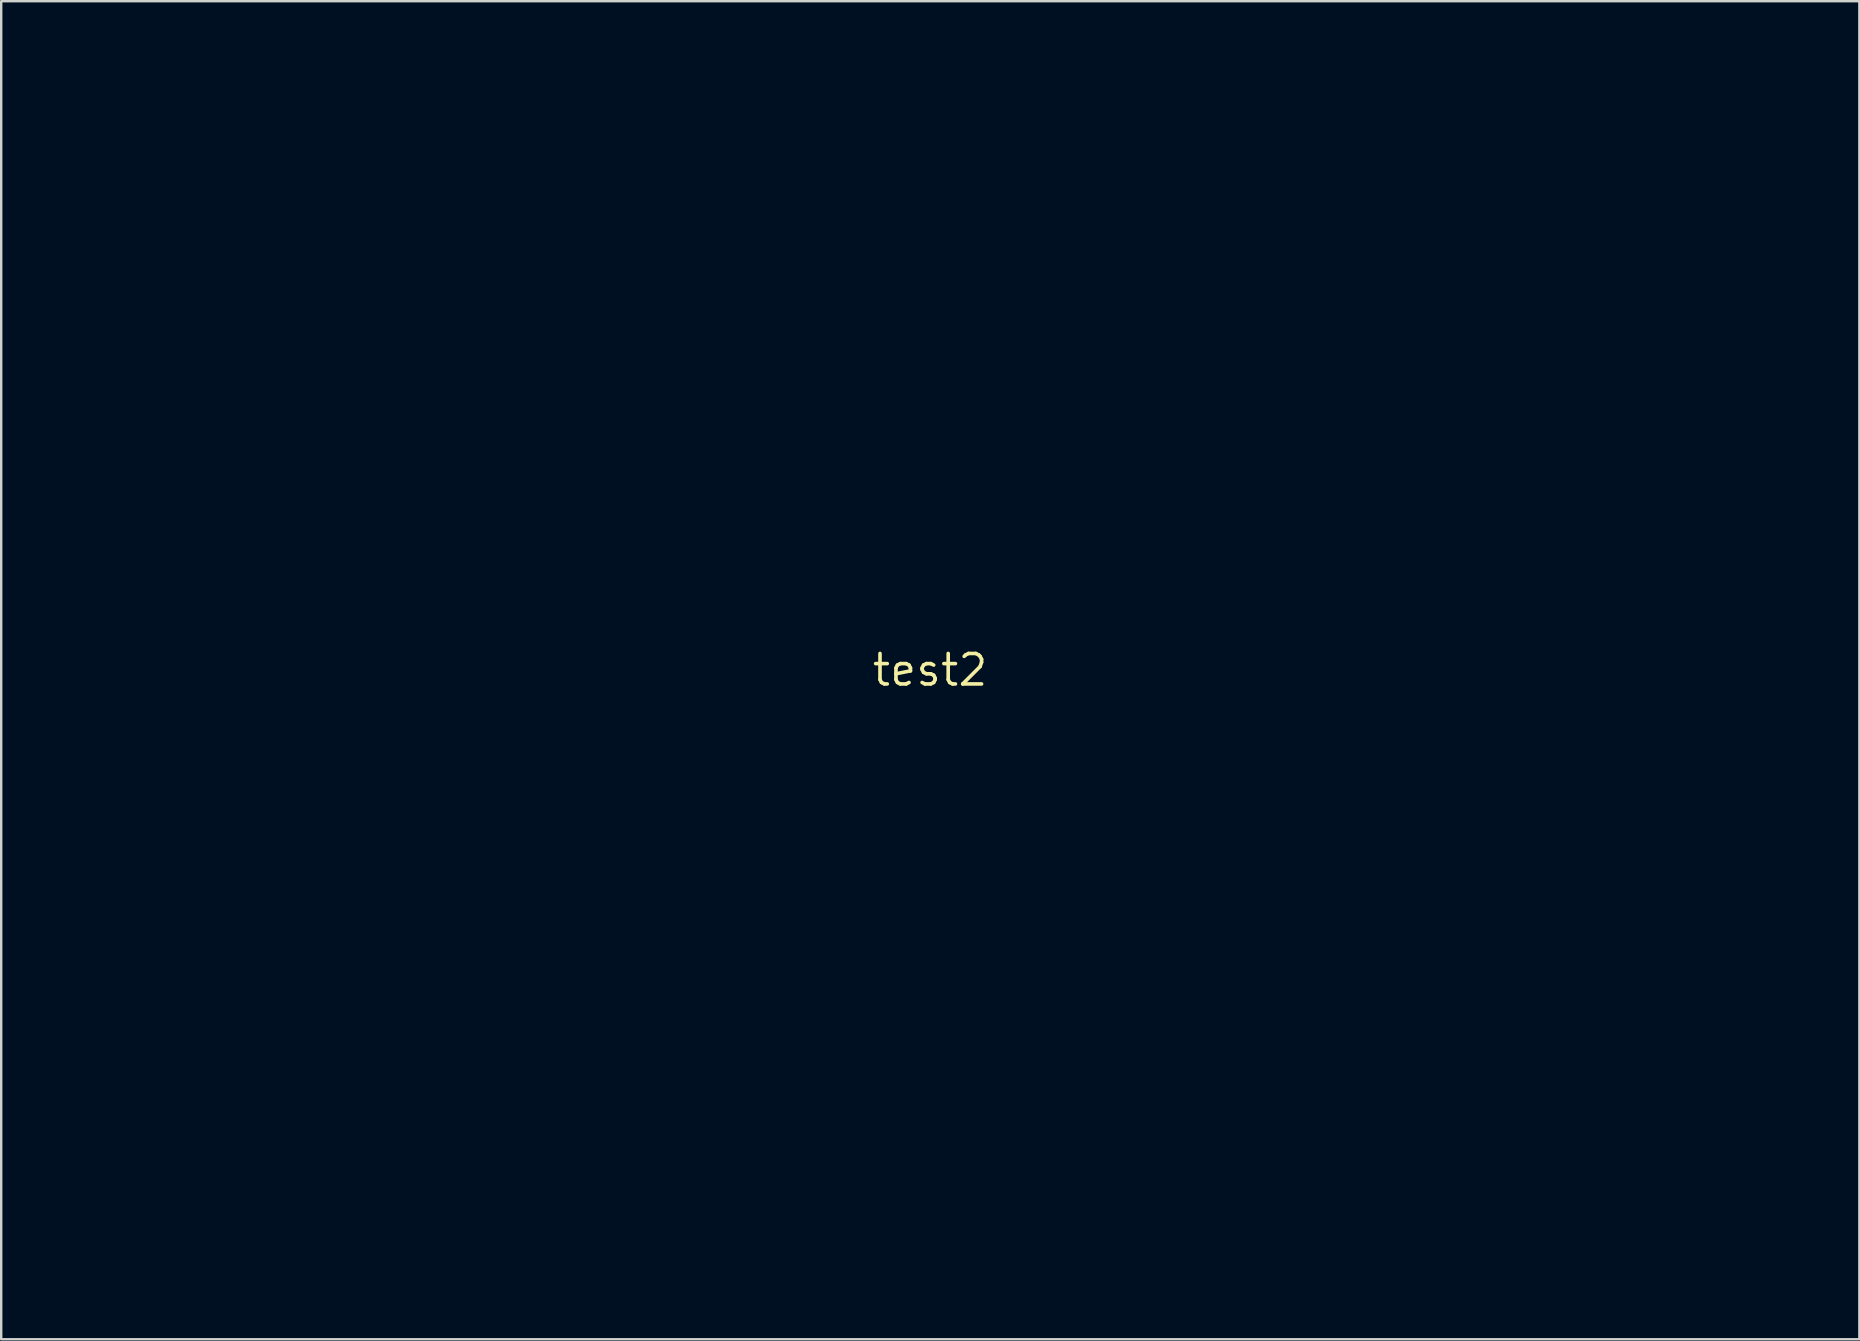
<source format=kicad_pcb>
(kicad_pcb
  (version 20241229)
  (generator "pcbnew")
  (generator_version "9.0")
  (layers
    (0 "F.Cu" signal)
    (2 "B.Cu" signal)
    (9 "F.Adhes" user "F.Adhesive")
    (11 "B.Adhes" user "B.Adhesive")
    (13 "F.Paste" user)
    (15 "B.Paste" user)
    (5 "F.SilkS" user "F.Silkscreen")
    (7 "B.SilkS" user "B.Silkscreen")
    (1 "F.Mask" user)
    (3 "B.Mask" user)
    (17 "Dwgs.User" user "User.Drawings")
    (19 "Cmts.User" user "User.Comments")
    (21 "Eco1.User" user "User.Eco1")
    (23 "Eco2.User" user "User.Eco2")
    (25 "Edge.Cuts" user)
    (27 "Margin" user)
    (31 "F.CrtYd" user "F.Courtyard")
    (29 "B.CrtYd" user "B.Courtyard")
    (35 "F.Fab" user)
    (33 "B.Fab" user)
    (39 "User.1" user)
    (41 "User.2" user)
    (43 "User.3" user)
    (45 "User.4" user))
  (footprint "test2"
    (layer "F.Cu")
    (at 35.713 24.875)
    (property "Reference" "test2" (at 0 0 0) (layer "F.SilkS") (effects (font (size 1.27 1.27) (thickness 0.15))))
    (attr through_hole)
    (fp_poly (pts (xy -8.273 -5.832) (xy -8.17 -5.796) (xy -8.08 -5.734) (xy -8.048 -5.699) (xy -7.99 -5.623) (xy -7.985 -4.566) (xy -7.983 -4.327) (xy -7.982 -4.126) (xy -7.982 -3.961) (xy -7.982 -3.826) (xy -7.983 -3.719) (xy -7.985 -3.635) (xy -7.988 -3.572) (xy -7.993 -3.524) (xy -7.998 -3.488) (xy -8.005 -3.462) (xy -8.013 -3.439) (xy -8.022 -3.421) (xy -8.078 -3.334) (xy -8.149 -3.278) (xy -8.244 -3.25) (xy -8.307 -3.243) (xy -8.393 -3.243) (xy -8.454 -3.255) (xy -8.504 -3.279) (xy -8.564 -3.329) (xy -8.613 -3.389) (xy -8.615 -3.392) (xy -8.624 -3.409) (xy -8.632 -3.428) (xy -8.639 -3.454) (xy -8.644 -3.49) (xy -8.648 -3.539) (xy -8.651 -3.606) (xy -8.654 -3.694) (xy -8.655 -3.806) (xy -8.656 -3.946) (xy -8.657 -4.119) (xy -8.657 -4.327) (xy -8.657 -4.532) (xy -8.657 -5.603) (xy -8.61 -5.673) (xy -8.527 -5.766) (xy -8.431 -5.821) (xy -8.376 -5.835) (xy -8.273 -5.832)) (stroke (width 0.01) (type solid)) (fill yes) (layer "F.Mask"))
    (fp_poly (pts (xy 17.867 -4.958) (xy 17.965 -4.91) (xy 18.039 -4.827) (xy 18.045 -4.817) (xy 18.096 -4.729) (xy 18.12 -3.094) (xy 18.124 -2.833) (xy 18.127 -2.583) (xy 18.13 -2.347) (xy 18.132 -2.129) (xy 18.133 -1.933) (xy 18.134 -1.761) (xy 18.134 -1.617) (xy 18.134 -1.505) (xy 18.133 -1.428) (xy 18.131 -1.389) (xy 18.131 -1.386) (xy 18.107 -1.321) (xy 18.068 -1.256) (xy 18.061 -1.247) (xy 17.97 -1.169) (xy 17.864 -1.13) (xy 17.748 -1.129) (xy 17.64 -1.162) (xy 17.554 -1.221) (xy 17.503 -1.283) (xy 17.452 -1.365) (xy 17.438 -2.307) (xy 17.433 -2.679) (xy 17.429 -3.011) (xy 17.425 -3.305) (xy 17.421 -3.564) (xy 17.419 -3.79) (xy 17.417 -3.985) (xy 17.416 -4.153) (xy 17.416 -4.295) (xy 17.416 -4.413) (xy 17.418 -4.51) (xy 17.42 -4.588) (xy 17.423 -4.651) (xy 17.427 -4.699) (xy 17.431 -4.736) (xy 17.437 -4.763) (xy 17.443 -4.784) (xy 17.45 -4.8) (xy 17.454 -4.806) (xy 17.53 -4.898) (xy 17.627 -4.955) (xy 17.743 -4.974) (xy 17.867 -4.958)) (stroke (width 0.01) (type solid)) (fill yes) (layer "F.Mask"))
    (fp_poly (pts (xy 19.058 -18.168) (xy 19.164 -18.121) (xy 19.25 -18.039) (xy 19.251 -18.038) (xy 19.26 -18.024) (xy 19.268 -18.007) (xy 19.275 -17.984) (xy 19.28 -17.95) (xy 19.285 -17.903) (xy 19.288 -17.839) (xy 19.291 -17.754) (xy 19.293 -17.645) (xy 19.295 -17.508) (xy 19.296 -17.34) (xy 19.298 -17.137) (xy 19.299 -16.895) (xy 19.299 -16.874) (xy 19.305 -15.766) (xy 19.258 -15.683) (xy 19.189 -15.6) (xy 19.095 -15.544) (xy 18.988 -15.519) (xy 18.877 -15.528) (xy 18.827 -15.545) (xy 18.751 -15.595) (xy 18.685 -15.669) (xy 18.643 -15.751) (xy 18.637 -15.775) (xy 18.635 -15.809) (xy 18.633 -15.881) (xy 18.631 -15.987) (xy 18.63 -16.122) (xy 18.63 -16.282) (xy 18.63 -16.463) (xy 18.63 -16.66) (xy 18.631 -16.869) (xy 18.631 -16.905) (xy 18.632 -17.145) (xy 18.634 -17.346) (xy 18.635 -17.511) (xy 18.637 -17.645) (xy 18.64 -17.752) (xy 18.642 -17.834) (xy 18.646 -17.896) (xy 18.651 -17.942) (xy 18.656 -17.973) (xy 18.663 -17.996) (xy 18.672 -18.012) (xy 18.681 -18.026) (xy 18.764 -18.112) (xy 18.86 -18.161) (xy 18.941 -18.177) (xy 19.058 -18.168)) (stroke (width 0.01) (type solid)) (fill yes) (layer "F.Mask"))
    (fp_poly (pts (xy -18.748 -5.599) (xy -18.729 -5.59) (xy -18.687 -5.568) (xy -18.651 -5.544) (xy -18.621 -5.515) (xy -18.596 -5.478) (xy -18.575 -5.429) (xy -18.559 -5.366) (xy -18.546 -5.285) (xy -18.536 -5.182) (xy -18.53 -5.056) (xy -18.526 -4.902) (xy -18.524 -4.717) (xy -18.524 -4.498) (xy -18.525 -4.243) (xy -18.526 -4.055) (xy -18.527 -3.823) (xy -18.528 -3.629) (xy -18.53 -3.47) (xy -18.532 -3.342) (xy -18.534 -3.242) (xy -18.537 -3.165) (xy -18.541 -3.108) (xy -18.546 -3.066) (xy -18.552 -3.037) (xy -18.56 -3.017) (xy -18.569 -3.001) (xy -18.575 -2.993) (xy -18.664 -2.904) (xy -18.768 -2.852) (xy -18.881 -2.84) (xy -18.996 -2.867) (xy -19.023 -2.879) (xy -19.092 -2.927) (xy -19.15 -2.987) (xy -19.161 -3.002) (xy -19.209 -3.08) (xy -19.209 -4.248) (xy -19.209 -4.5) (xy -19.209 -4.713) (xy -19.208 -4.89) (xy -19.207 -5.036) (xy -19.206 -5.153) (xy -19.204 -5.245) (xy -19.201 -5.316) (xy -19.197 -5.368) (xy -19.193 -5.406) (xy -19.187 -5.432) (xy -19.18 -5.451) (xy -19.171 -5.466) (xy -19.165 -5.474) (xy -19.076 -5.564) (xy -18.973 -5.615) (xy -18.862 -5.628) (xy -18.748 -5.599)) (stroke (width 0.01) (type solid)) (fill yes) (layer "F.Mask"))
    (fp_poly (pts (xy 10.049 -13.979) (xy 10.137 -13.921) (xy 10.204 -13.834) (xy 10.251 -13.746) (xy 10.215 -12.51) (xy 10.207 -12.249) (xy 10.2 -12.026) (xy 10.194 -11.838) (xy 10.188 -11.683) (xy 10.183 -11.557) (xy 10.178 -11.456) (xy 10.173 -11.377) (xy 10.167 -11.317) (xy 10.161 -11.273) (xy 10.154 -11.24) (xy 10.147 -11.215) (xy 10.139 -11.197) (xy 10.071 -11.109) (xy 9.978 -11.049) (xy 9.868 -11.023) (xy 9.76 -11.03) (xy 9.655 -11.073) (xy 9.569 -11.152) (xy 9.536 -11.202) (xy 9.528 -11.219) (xy 9.52 -11.237) (xy 9.515 -11.26) (xy 9.51 -11.291) (xy 9.507 -11.333) (xy 9.505 -11.39) (xy 9.505 -11.466) (xy 9.506 -11.563) (xy 9.508 -11.685) (xy 9.511 -11.836) (xy 9.516 -12.018) (xy 9.522 -12.236) (xy 9.529 -12.492) (xy 9.529 -12.516) (xy 9.537 -12.781) (xy 9.543 -13.006) (xy 9.549 -13.196) (xy 9.555 -13.353) (xy 9.56 -13.482) (xy 9.566 -13.584) (xy 9.571 -13.664) (xy 9.577 -13.725) (xy 9.583 -13.77) (xy 9.59 -13.802) (xy 9.597 -13.825) (xy 9.6 -13.831) (xy 9.663 -13.919) (xy 9.747 -13.978) (xy 9.846 -14.008) (xy 9.949 -14.008) (xy 10.049 -13.979)) (stroke (width 0.01) (type solid)) (fill yes) (layer "F.Mask"))
    (fp_poly (pts (xy -18.811 5.031) (xy -18.73 5.067) (xy -18.653 5.116) (xy -18.598 5.169) (xy -18.596 5.171) (xy -18.582 5.193) (xy -18.571 5.22) (xy -18.563 5.257) (xy -18.556 5.31) (xy -18.551 5.385) (xy -18.546 5.487) (xy -18.542 5.622) (xy -18.539 5.732) (xy -18.535 5.889) (xy -18.532 6.077) (xy -18.529 6.284) (xy -18.526 6.5) (xy -18.524 6.712) (xy -18.523 6.909) (xy -18.523 6.911) (xy -18.523 7.1) (xy -18.523 7.252) (xy -18.524 7.371) (xy -18.526 7.462) (xy -18.529 7.529) (xy -18.534 7.579) (xy -18.541 7.615) (xy -18.55 7.642) (xy -18.56 7.663) (xy -18.628 7.753) (xy -18.719 7.809) (xy -18.835 7.831) (xy -18.86 7.832) (xy -18.951 7.825) (xy -19.019 7.803) (xy -19.05 7.784) (xy -19.108 7.732) (xy -19.156 7.667) (xy -19.16 7.659) (xy -19.169 7.64) (xy -19.177 7.617) (xy -19.183 7.586) (xy -19.188 7.545) (xy -19.193 7.489) (xy -19.196 7.415) (xy -19.2 7.32) (xy -19.202 7.2) (xy -19.205 7.051) (xy -19.208 6.87) (xy -19.21 6.653) (xy -19.212 6.421) (xy -19.224 5.26) (xy -19.174 5.186) (xy -19.116 5.124) (xy -19.037 5.07) (xy -18.952 5.031) (xy -18.881 5.016) (xy -18.811 5.031)) (stroke (width 0.01) (type solid)) (fill yes) (layer "F.Mask"))
    (fp_poly (pts (xy 11.205 -5.002) (xy 11.301 -4.953) (xy 11.378 -4.871) (xy 11.43 -4.795) (xy 11.43 -3.133) (xy 11.43 -2.828) (xy 11.43 -2.562) (xy 11.429 -2.333) (xy 11.429 -2.138) (xy 11.428 -1.973) (xy 11.427 -1.837) (xy 11.425 -1.725) (xy 11.423 -1.636) (xy 11.42 -1.566) (xy 11.416 -1.512) (xy 11.412 -1.472) (xy 11.407 -1.443) (xy 11.401 -1.422) (xy 11.395 -1.405) (xy 11.391 -1.397) (xy 11.326 -1.319) (xy 11.235 -1.263) (xy 11.13 -1.235) (xy 11.022 -1.237) (xy 10.953 -1.257) (xy 10.877 -1.308) (xy 10.811 -1.382) (xy 10.769 -1.463) (xy 10.763 -1.488) (xy 10.761 -1.519) (xy 10.76 -1.59) (xy 10.758 -1.696) (xy 10.757 -1.834) (xy 10.756 -2.001) (xy 10.756 -2.193) (xy 10.756 -2.407) (xy 10.756 -2.639) (xy 10.756 -2.887) (xy 10.757 -3.145) (xy 10.757 -3.179) (xy 10.758 -3.479) (xy 10.759 -3.74) (xy 10.76 -3.965) (xy 10.762 -4.155) (xy 10.763 -4.315) (xy 10.765 -4.448) (xy 10.767 -4.555) (xy 10.769 -4.64) (xy 10.773 -4.706) (xy 10.776 -4.756) (xy 10.781 -4.792) (xy 10.786 -4.818) (xy 10.792 -4.836) (xy 10.799 -4.849) (xy 10.807 -4.861) (xy 10.808 -4.861) (xy 10.893 -4.947) (xy 10.993 -4.999) (xy 11.1 -5.017) (xy 11.205 -5.002)) (stroke (width 0.01) (type solid)) (fill yes) (layer "F.Mask"))
    (fp_poly (pts (xy -13.506 -6.257) (xy -13.469 -6.241) (xy -13.428 -6.222) (xy -13.394 -6.204) (xy -13.366 -6.185) (xy -13.342 -6.162) (xy -13.324 -6.129) (xy -13.309 -6.085) (xy -13.299 -6.026) (xy -13.291 -5.947) (xy -13.285 -5.845) (xy -13.282 -5.718) (xy -13.28 -5.56) (xy -13.278 -5.369) (xy -13.277 -5.142) (xy -13.276 -5.003) (xy -13.275 -4.752) (xy -13.274 -4.539) (xy -13.274 -4.361) (xy -13.275 -4.215) (xy -13.279 -4.097) (xy -13.284 -4.004) (xy -13.291 -3.931) (xy -13.302 -3.876) (xy -13.316 -3.835) (xy -13.333 -3.804) (xy -13.355 -3.78) (xy -13.381 -3.759) (xy -13.412 -3.738) (xy -13.417 -3.735) (xy -13.511 -3.693) (xy -13.62 -3.681) (xy -13.727 -3.696) (xy -13.803 -3.731) (xy -13.834 -3.752) (xy -13.861 -3.773) (xy -13.883 -3.796) (xy -13.901 -3.826) (xy -13.916 -3.865) (xy -13.927 -3.918) (xy -13.935 -3.988) (xy -13.941 -4.079) (xy -13.945 -4.194) (xy -13.947 -4.337) (xy -13.948 -4.512) (xy -13.949 -4.721) (xy -13.949 -4.969) (xy -13.949 -4.981) (xy -13.949 -5.227) (xy -13.949 -5.434) (xy -13.948 -5.606) (xy -13.946 -5.747) (xy -13.943 -5.861) (xy -13.938 -5.95) (xy -13.93 -6.019) (xy -13.921 -6.071) (xy -13.908 -6.11) (xy -13.892 -6.14) (xy -13.873 -6.164) (xy -13.85 -6.186) (xy -13.822 -6.209) (xy -13.726 -6.264) (xy -13.618 -6.28) (xy -13.506 -6.257)) (stroke (width 0.01) (type solid)) (fill yes) (layer "F.Mask"))
    (fp_poly (pts (xy 9.819 -18.69) (xy 9.901 -18.655) (xy 9.966 -18.589) (xy 10.007 -18.52) (xy 10.017 -18.499) (xy 10.026 -18.477) (xy 10.033 -18.452) (xy 10.039 -18.419) (xy 10.044 -18.375) (xy 10.048 -18.316) (xy 10.05 -18.238) (xy 10.052 -18.137) (xy 10.053 -18.011) (xy 10.054 -17.854) (xy 10.054 -17.665) (xy 10.054 -17.437) (xy 10.054 -17.346) (xy 10.054 -17.105) (xy 10.054 -16.902) (xy 10.053 -16.734) (xy 10.053 -16.597) (xy 10.051 -16.488) (xy 10.049 -16.402) (xy 10.045 -16.337) (xy 10.041 -16.287) (xy 10.036 -16.251) (xy 10.029 -16.223) (xy 10.021 -16.201) (xy 10.011 -16.18) (xy 10.007 -16.172) (xy 9.966 -16.106) (xy 9.919 -16.051) (xy 9.902 -16.037) (xy 9.831 -16.005) (xy 9.739 -15.989) (xy 9.643 -15.989) (xy 9.561 -16.007) (xy 9.555 -16.01) (xy 9.47 -16.071) (xy 9.405 -16.162) (xy 9.376 -16.237) (xy 9.371 -16.281) (xy 9.366 -16.365) (xy 9.363 -16.49) (xy 9.36 -16.653) (xy 9.359 -16.854) (xy 9.359 -17.092) (xy 9.36 -17.366) (xy 9.36 -17.393) (xy 9.362 -17.644) (xy 9.363 -17.855) (xy 9.365 -18.031) (xy 9.368 -18.176) (xy 9.372 -18.293) (xy 9.378 -18.385) (xy 9.386 -18.456) (xy 9.396 -18.51) (xy 9.41 -18.551) (xy 9.427 -18.581) (xy 9.447 -18.605) (xy 9.472 -18.625) (xy 9.502 -18.647) (xy 9.509 -18.651) (xy 9.563 -18.682) (xy 9.625 -18.697) (xy 9.709 -18.701) (xy 9.819 -18.69)) (stroke (width 0.01) (type solid)) (fill yes) (layer "F.Mask"))
    (fp_poly (pts (xy 19.077 -13.747) (xy 19.176 -13.711) (xy 19.221 -13.68) (xy 19.247 -13.658) (xy 19.27 -13.637) (xy 19.289 -13.614) (xy 19.304 -13.586) (xy 19.317 -13.549) (xy 19.327 -13.5) (xy 19.335 -13.435) (xy 19.34 -13.351) (xy 19.344 -13.244) (xy 19.347 -13.111) (xy 19.349 -12.948) (xy 19.35 -12.753) (xy 19.351 -12.521) (xy 19.352 -12.331) (xy 19.353 -12.079) (xy 19.354 -11.865) (xy 19.354 -11.687) (xy 19.354 -11.541) (xy 19.353 -11.423) (xy 19.351 -11.331) (xy 19.349 -11.26) (xy 19.345 -11.207) (xy 19.341 -11.169) (xy 19.335 -11.142) (xy 19.328 -11.123) (xy 19.32 -11.108) (xy 19.313 -11.098) (xy 19.26 -11.045) (xy 19.185 -10.996) (xy 19.105 -10.96) (xy 19.036 -10.945) (xy 19.03 -10.945) (xy 18.968 -10.953) (xy 18.915 -10.965) (xy 18.855 -10.993) (xy 18.802 -11.032) (xy 18.777 -11.056) (xy 18.755 -11.078) (xy 18.738 -11.103) (xy 18.723 -11.134) (xy 18.711 -11.174) (xy 18.702 -11.227) (xy 18.695 -11.297) (xy 18.689 -11.388) (xy 18.685 -11.502) (xy 18.681 -11.644) (xy 18.679 -11.817) (xy 18.676 -12.024) (xy 18.674 -12.27) (xy 18.674 -12.309) (xy 18.672 -12.524) (xy 18.671 -12.728) (xy 18.67 -12.917) (xy 18.67 -13.086) (xy 18.671 -13.232) (xy 18.672 -13.349) (xy 18.674 -13.435) (xy 18.677 -13.483) (xy 18.678 -13.491) (xy 18.716 -13.59) (xy 18.783 -13.668) (xy 18.872 -13.722) (xy 18.973 -13.749) (xy 19.077 -13.747)) (stroke (width 0.01) (type solid)) (fill yes) (layer "F.Mask"))
    (fp_poly (pts (xy -12.893 -7.49) (xy -11.904 -7.44) (xy -10.923 -7.349) (xy -9.952 -7.219) (xy -8.991 -7.048) (xy -8.044 -6.838) (xy -7.504 -6.699) (xy -7.262 -6.632) (xy -7.045 -6.57) (xy -6.855 -6.514) (xy -6.695 -6.464) (xy -6.569 -6.421) (xy -6.477 -6.386) (xy -6.424 -6.361) (xy -6.418 -6.357) (xy -6.344 -6.277) (xy -6.301 -6.179) (xy -6.289 -6.073) (xy -6.309 -5.968) (xy -6.359 -5.874) (xy -6.432 -5.806) (xy -6.479 -5.777) (xy -6.524 -5.757) (xy -6.573 -5.747) (xy -6.632 -5.748) (xy -6.707 -5.76) (xy -6.805 -5.783) (xy -6.931 -5.818) (xy -7.074 -5.86) (xy -8.026 -6.122) (xy -8.982 -6.342) (xy -9.943 -6.521) (xy -10.91 -6.658) (xy -11.882 -6.753) (xy -12.861 -6.806) (xy -13.846 -6.818) (xy -14.84 -6.788) (xy -15.84 -6.717) (xy -16.351 -6.665) (xy -16.996 -6.584) (xy -17.638 -6.485) (xy -18.273 -6.37) (xy -18.894 -6.24) (xy -19.494 -6.096) (xy -20.066 -5.94) (xy -20.604 -5.773) (xy -20.679 -5.748) (xy -20.828 -5.7) (xy -20.944 -5.67) (xy -21.035 -5.656) (xy -21.108 -5.658) (xy -21.168 -5.675) (xy -21.2 -5.692) (xy -21.293 -5.769) (xy -21.353 -5.864) (xy -21.377 -5.969) (xy -21.365 -6.075) (xy -21.317 -6.176) (xy -21.276 -6.224) (xy -21.244 -6.253) (xy -21.206 -6.279) (xy -21.155 -6.306) (xy -21.086 -6.334) (xy -20.991 -6.369) (xy -20.865 -6.411) (xy -20.807 -6.43) (xy -20.249 -6.602) (xy -19.658 -6.763) (xy -19.041 -6.911) (xy -18.405 -7.045) (xy -17.759 -7.162) (xy -17.109 -7.262) (xy -16.902 -7.29) (xy -15.895 -7.401) (xy -14.89 -7.471) (xy -13.889 -7.501) (xy -12.893 -7.49)) (stroke (width 0.01) (type solid)) (fill yes) (layer "F.Mask"))
    (fp_poly (pts (xy -6.218 8.946) (xy -6.133 8.956) (xy -6.079 8.979) (xy -6.048 9.017) (xy -6.035 9.073) (xy -6.032 9.127) (xy -6.037 9.197) (xy -6.051 9.274) (xy -6.078 9.361) (xy -6.117 9.463) (xy -6.172 9.583) (xy -6.245 9.727) (xy -6.336 9.897) (xy -6.447 10.099) (xy -6.464 10.128) (xy -6.586 10.359) (xy -6.679 10.572) (xy -6.747 10.778) (xy -6.794 10.987) (xy -6.821 11.212) (xy -6.831 11.391) (xy -6.832 11.684) (xy -6.817 11.963) (xy -6.785 12.223) (xy -6.738 12.459) (xy -6.677 12.664) (xy -6.625 12.788) (xy -6.575 12.9) (xy -6.549 12.984) (xy -6.545 13.048) (xy -6.564 13.1) (xy -6.591 13.133) (xy -6.628 13.164) (xy -6.678 13.189) (xy -6.748 13.211) (xy -6.843 13.232) (xy -6.972 13.254) (xy -7.02 13.261) (xy -7.167 13.28) (xy -7.29 13.288) (xy -7.403 13.286) (xy -7.522 13.272) (xy -7.527 13.272) (xy -7.671 13.242) (xy -7.775 13.202) (xy -7.833 13.159) (xy -7.866 13.106) (xy -7.901 13.017) (xy -7.937 12.9) (xy -7.972 12.761) (xy -8.004 12.608) (xy -8.033 12.448) (xy -8.056 12.287) (xy -8.072 12.132) (xy -8.077 12.06) (xy -8.079 11.815) (xy -8.057 11.558) (xy -8.011 11.285) (xy -7.94 10.994) (xy -7.844 10.679) (xy -7.72 10.337) (xy -7.682 10.24) (xy -7.575 9.985) (xy -7.468 9.767) (xy -7.359 9.582) (xy -7.244 9.425) (xy -7.119 9.293) (xy -6.98 9.179) (xy -6.825 9.081) (xy -6.733 9.032) (xy -6.65 8.992) (xy -6.588 8.966) (xy -6.531 8.951) (xy -6.466 8.945) (xy -6.379 8.943) (xy -6.338 8.943) (xy -6.218 8.946)) (stroke (width 0.01) (type solid)) (fill yes) (layer "F.Mask"))
    (fp_poly (pts (xy 12.927 -10.525) (xy 13.878 -10.491) (xy 14.849 -10.427) (xy 15.6 -10.36) (xy 15.858 -10.333) (xy 16.13 -10.302) (xy 16.412 -10.267) (xy 16.701 -10.23) (xy 16.995 -10.191) (xy 17.288 -10.15) (xy 17.579 -10.108) (xy 17.864 -10.066) (xy 18.139 -10.023) (xy 18.402 -9.98) (xy 18.648 -9.939) (xy 18.875 -9.899) (xy 19.078 -9.861) (xy 19.256 -9.825) (xy 19.404 -9.793) (xy 19.52 -9.764) (xy 19.599 -9.739) (xy 19.633 -9.723) (xy 19.694 -9.662) (xy 19.741 -9.576) (xy 19.767 -9.479) (xy 19.77 -9.439) (xy 19.751 -9.335) (xy 19.701 -9.24) (xy 19.627 -9.165) (xy 19.537 -9.116) (xy 19.455 -9.102) (xy 19.418 -9.105) (xy 19.346 -9.116) (xy 19.243 -9.132) (xy 19.116 -9.154) (xy 18.97 -9.179) (xy 18.812 -9.207) (xy 18.76 -9.217) (xy 17.767 -9.386) (xy 16.801 -9.529) (xy 15.858 -9.644) (xy 14.933 -9.732) (xy 14.021 -9.795) (xy 13.119 -9.831) (xy 12.276 -9.842) (xy 11.584 -9.835) (xy 10.926 -9.814) (xy 10.294 -9.777) (xy 9.682 -9.724) (xy 9.083 -9.655) (xy 8.49 -9.569) (xy 8.033 -9.491) (xy 7.589 -9.404) (xy 7.153 -9.307) (xy 6.731 -9.2) (xy 6.326 -9.086) (xy 5.946 -8.966) (xy 5.593 -8.841) (xy 5.274 -8.713) (xy 5.034 -8.603) (xy 4.897 -8.544) (xy 4.785 -8.513) (xy 4.691 -8.51) (xy 4.609 -8.534) (xy 4.581 -8.549) (xy 4.489 -8.626) (xy 4.43 -8.721) (xy 4.405 -8.826) (xy 4.414 -8.933) (xy 4.461 -9.034) (xy 4.481 -9.06) (xy 4.541 -9.113) (xy 4.639 -9.174) (xy 4.771 -9.243) (xy 4.932 -9.317) (xy 5.118 -9.395) (xy 5.327 -9.476) (xy 5.554 -9.558) (xy 5.795 -9.64) (xy 6.046 -9.72) (xy 6.303 -9.798) (xy 6.564 -9.87) (xy 6.822 -9.938) (xy 6.943 -9.967) (xy 7.715 -10.132) (xy 8.517 -10.269) (xy 9.348 -10.377) (xy 10.205 -10.457) (xy 11.089 -10.508) (xy 11.996 -10.531) (xy 12.927 -10.525)) (stroke (width 0.01) (type solid)) (fill yes) (layer "F.Mask"))
    (fp_poly (pts (xy 18.309 -9.251) (xy 18.354 -9.224) (xy 18.397 -9.182) (xy 18.437 -9.13) (xy 18.454 -9.073) (xy 18.457 -9.016) (xy 18.452 -8.947) (xy 18.433 -8.891) (xy 18.395 -8.842) (xy 18.333 -8.796) (xy 18.242 -8.749) (xy 18.117 -8.696) (xy 18.081 -8.681) (xy 17.629 -8.519) (xy 17.143 -8.374) (xy 16.622 -8.246) (xy 16.065 -8.136) (xy 15.472 -8.041) (xy 14.841 -7.964) (xy 14.173 -7.903) (xy 13.466 -7.858) (xy 13.356 -7.853) (xy 13.211 -7.848) (xy 13.029 -7.843) (xy 12.819 -7.84) (xy 12.586 -7.838) (xy 12.338 -7.836) (xy 12.08 -7.836) (xy 11.82 -7.836) (xy 11.564 -7.837) (xy 11.319 -7.84) (xy 11.091 -7.843) (xy 10.887 -7.847) (xy 10.714 -7.853) (xy 10.668 -7.854) (xy 9.819 -7.898) (xy 8.958 -7.96) (xy 8.149 -8.034) (xy 7.905 -8.059) (xy 7.658 -8.085) (xy 7.412 -8.113) (xy 7.172 -8.141) (xy 6.941 -8.169) (xy 6.723 -8.196) (xy 6.523 -8.223) (xy 6.344 -8.248) (xy 6.191 -8.27) (xy 6.067 -8.291) (xy 5.977 -8.308) (xy 5.924 -8.321) (xy 5.921 -8.322) (xy 5.841 -8.373) (xy 5.794 -8.452) (xy 5.779 -8.556) (xy 5.783 -8.627) (xy 5.802 -8.676) (xy 5.843 -8.726) (xy 5.85 -8.733) (xy 5.879 -8.76) (xy 5.908 -8.781) (xy 5.942 -8.795) (xy 5.986 -8.802) (xy 6.047 -8.802) (xy 6.128 -8.796) (xy 6.236 -8.784) (xy 6.375 -8.765) (xy 6.539 -8.742) (xy 6.68 -8.723) (xy 6.853 -8.7) (xy 7.046 -8.676) (xy 7.249 -8.651) (xy 7.452 -8.627) (xy 7.643 -8.605) (xy 7.645 -8.605) (xy 8.51 -8.517) (xy 9.353 -8.446) (xy 10.173 -8.394) (xy 10.971 -8.36) (xy 11.743 -8.343) (xy 12.49 -8.344) (xy 13.209 -8.363) (xy 13.9 -8.399) (xy 14.561 -8.453) (xy 15.191 -8.524) (xy 15.788 -8.613) (xy 16.352 -8.719) (xy 16.881 -8.842) (xy 17.373 -8.983) (xy 17.829 -9.14) (xy 17.848 -9.148) (xy 17.992 -9.202) (xy 18.104 -9.238) (xy 18.19 -9.259) (xy 18.256 -9.263) (xy 18.309 -9.251)) (stroke (width 0.01) (type solid)) (fill yes) (layer "F.Mask"))
    (fp_poly (pts (xy 30.86 -15.547) (xy 31.501 -15.529) (xy 32.112 -15.5) (xy 32.687 -15.462) (xy 32.703 -15.461) (xy 33.179 -15.419) (xy 33.614 -15.37) (xy 34.01 -15.314) (xy 34.364 -15.253) (xy 34.678 -15.184) (xy 34.951 -15.109) (xy 35.183 -15.028) (xy 35.373 -14.94) (xy 35.522 -14.846) (xy 35.629 -14.746) (xy 35.654 -14.712) (xy 35.695 -14.641) (xy 35.717 -14.566) (xy 35.725 -14.49) (xy 35.721 -14.369) (xy 35.687 -14.266) (xy 35.619 -14.17) (xy 35.55 -14.102) (xy 35.416 -14.003) (xy 35.242 -13.906) (xy 35.028 -13.811) (xy 34.777 -13.718) (xy 34.49 -13.627) (xy 34.169 -13.539) (xy 33.816 -13.454) (xy 33.431 -13.371) (xy 33.017 -13.293) (xy 32.575 -13.217) (xy 32.107 -13.146) (xy 31.614 -13.079) (xy 31.098 -13.016) (xy 30.561 -12.958) (xy 30.004 -12.905) (xy 29.429 -12.857) (xy 28.837 -12.815) (xy 28.231 -12.778) (xy 27.611 -12.747) (xy 26.979 -12.722) (xy 26.945 -12.721) (xy 26.749 -12.716) (xy 26.52 -12.711) (xy 26.263 -12.708) (xy 25.987 -12.706) (xy 25.698 -12.704) (xy 25.402 -12.704) (xy 25.107 -12.705) (xy 24.82 -12.706) (xy 24.548 -12.709) (xy 24.297 -12.713) (xy 24.075 -12.717) (xy 23.888 -12.723) (xy 23.887 -12.723) (xy 23.377 -12.745) (xy 22.894 -12.775) (xy 22.439 -12.81) (xy 22.014 -12.853) (xy 21.62 -12.901) (xy 21.258 -12.956) (xy 20.931 -13.016) (xy 20.64 -13.081) (xy 20.386 -13.152) (xy 20.172 -13.227) (xy 20.019 -13.297) (xy 19.86 -13.394) (xy 19.741 -13.5) (xy 19.661 -13.613) (xy 19.622 -13.733) (xy 19.624 -13.859) (xy 19.666 -13.984) (xy 19.736 -14.086) (xy 19.848 -14.187) (xy 20 -14.286) (xy 20.192 -14.384) (xy 20.421 -14.479) (xy 20.688 -14.573) (xy 20.991 -14.664) (xy 21.329 -14.753) (xy 21.702 -14.838) (xy 22.108 -14.921) (xy 22.545 -15) (xy 23.014 -15.075) (xy 23.513 -15.147) (xy 24.041 -15.214) (xy 24.598 -15.277) (xy 25.181 -15.336) (xy 25.284 -15.345) (xy 25.975 -15.403) (xy 26.678 -15.452) (xy 27.388 -15.492) (xy 28.101 -15.522) (xy 28.809 -15.543) (xy 29.509 -15.554) (xy 30.194 -15.555) (xy 30.86 -15.547)) (stroke (width 0.01) (type solid)) (fill yes) (layer "F.Mask"))
    (fp_poly (pts (xy 5.35 -6.417) (xy 5.464 -6.415) (xy 5.604 -6.412) (xy 5.772 -6.408) (xy 5.972 -6.402) (xy 6.207 -6.395) (xy 6.48 -6.387) (xy 6.657 -6.382) (xy 7.525 -6.356) (xy 8.354 -6.333) (xy 9.146 -6.311) (xy 9.903 -6.292) (xy 10.629 -6.275) (xy 11.325 -6.259) (xy 11.994 -6.246) (xy 12.639 -6.234) (xy 13.263 -6.225) (xy 13.868 -6.217) (xy 14.456 -6.21) (xy 15.03 -6.206) (xy 15.594 -6.203) (xy 16.148 -6.201) (xy 16.415 -6.201) (xy 16.949 -6.202) (xy 17.442 -6.204) (xy 17.893 -6.207) (xy 18.303 -6.212) (xy 18.672 -6.219) (xy 19.001 -6.226) (xy 19.29 -6.236) (xy 19.54 -6.246) (xy 19.75 -6.258) (xy 19.922 -6.272) (xy 20.056 -6.287) (xy 20.151 -6.304) (xy 20.172 -6.309) (xy 20.304 -6.327) (xy 20.422 -6.311) (xy 20.521 -6.262) (xy 20.595 -6.185) (xy 20.641 -6.082) (xy 20.652 -6.018) (xy 20.645 -5.899) (xy 20.6 -5.8) (xy 20.517 -5.721) (xy 20.398 -5.662) (xy 20.241 -5.623) (xy 20.222 -5.62) (xy 20.068 -5.601) (xy 19.873 -5.583) (xy 19.639 -5.568) (xy 19.366 -5.554) (xy 19.057 -5.542) (xy 18.712 -5.532) (xy 18.334 -5.523) (xy 17.922 -5.516) (xy 17.48 -5.512) (xy 17.008 -5.509) (xy 16.507 -5.507) (xy 15.98 -5.508) (xy 15.427 -5.511) (xy 14.849 -5.516) (xy 14.249 -5.522) (xy 13.928 -5.527) (xy 13.573 -5.532) (xy 13.182 -5.538) (xy 12.761 -5.546) (xy 12.315 -5.555) (xy 11.85 -5.564) (xy 11.372 -5.574) (xy 10.887 -5.585) (xy 10.401 -5.596) (xy 9.92 -5.607) (xy 9.45 -5.619) (xy 8.996 -5.631) (xy 8.604 -5.641) (xy 8.126 -5.654) (xy 7.688 -5.666) (xy 7.29 -5.678) (xy 6.93 -5.688) (xy 6.607 -5.697) (xy 6.319 -5.705) (xy 6.066 -5.713) (xy 5.846 -5.72) (xy 5.657 -5.726) (xy 5.498 -5.731) (xy 5.368 -5.736) (xy 5.265 -5.74) (xy 5.188 -5.743) (xy 5.136 -5.746) (xy 5.107 -5.749) (xy 5.107 -5.749) (xy 5.002 -5.78) (xy 4.92 -5.84) (xy 4.863 -5.921) (xy 4.831 -6.016) (xy 4.827 -6.117) (xy 4.851 -6.216) (xy 4.905 -6.305) (xy 4.99 -6.377) (xy 4.995 -6.38) (xy 5.011 -6.39) (xy 5.025 -6.397) (xy 5.041 -6.404) (xy 5.063 -6.409) (xy 5.092 -6.413) (xy 5.133 -6.416) (xy 5.187 -6.418) (xy 5.258 -6.418) (xy 5.35 -6.417)) (stroke (width 0.01) (type solid)) (fill yes) (layer "F.Mask"))
    (fp_poly (pts (xy 0.349 0.795) (xy 0.593 0.799) (xy 0.831 0.81) (xy 1.056 0.827) (xy 1.264 0.849) (xy 1.45 0.876) (xy 1.607 0.907) (xy 1.731 0.942) (xy 1.79 0.965) (xy 1.901 1.04) (xy 1.996 1.148) (xy 2.074 1.282) (xy 2.131 1.435) (xy 2.163 1.599) (xy 2.169 1.768) (xy 2.161 1.848) (xy 2.135 1.971) (xy 2.098 2.053) (xy 2.053 2.094) (xy 2.001 2.095) (xy 1.943 2.054) (xy 1.882 1.972) (xy 1.829 1.874) (xy 1.765 1.76) (xy 1.687 1.665) (xy 1.603 1.591) (xy 1.517 1.541) (xy 1.434 1.517) (xy 1.361 1.522) (xy 1.301 1.559) (xy 1.276 1.595) (xy 1.259 1.643) (xy 1.246 1.714) (xy 1.237 1.815) (xy 1.232 1.932) (xy 1.237 2.251) (xy 1.273 2.564) (xy 1.337 2.864) (xy 1.43 3.147) (xy 1.548 3.405) (xy 1.681 3.619) (xy 1.724 3.681) (xy 1.759 3.736) (xy 1.786 3.791) (xy 1.808 3.85) (xy 1.824 3.92) (xy 1.836 4.005) (xy 1.844 4.11) (xy 1.85 4.241) (xy 1.854 4.402) (xy 1.857 4.6) (xy 1.857 4.637) (xy 1.867 5.305) (xy 1.627 5.534) (xy 1.499 5.655) (xy 1.397 5.747) (xy 1.316 5.813) (xy 1.254 5.856) (xy 1.204 5.877) (xy 1.165 5.88) (xy 1.132 5.866) (xy 1.105 5.841) (xy 1.073 5.814) (xy 1.031 5.793) (xy 0.974 5.776) (xy 0.894 5.762) (xy 0.788 5.751) (xy 0.647 5.741) (xy 0.55 5.736) (xy 0.423 5.728) (xy 0.304 5.719) (xy 0.202 5.709) (xy 0.128 5.699) (xy 0.095 5.692) (xy -0.011 5.654) (xy -0.108 5.602) (xy -0.199 5.53) (xy -0.29 5.436) (xy -0.383 5.315) (xy -0.483 5.163) (xy -0.592 4.977) (xy -0.73 4.755) (xy -0.87 4.575) (xy -1.01 4.437) (xy -1.099 4.372) (xy -1.228 4.277) (xy -1.32 4.18) (xy -1.379 4.071) (xy -1.41 3.942) (xy -1.419 3.805) (xy -1.422 3.708) (xy -1.434 3.626) (xy -1.458 3.549) (xy -1.499 3.469) (xy -1.56 3.376) (xy -1.63 3.279) (xy -1.708 3.172) (xy -1.762 3.087) (xy -1.796 3.016) (xy -1.813 2.95) (xy -1.817 2.88) (xy -1.814 2.812) (xy -1.786 2.663) (xy -1.727 2.494) (xy -1.641 2.309) (xy -1.53 2.113) (xy -1.397 1.911) (xy -1.246 1.708) (xy -1.078 1.509) (xy -0.921 1.342) (xy -0.78 1.205) (xy -0.655 1.095) (xy -0.537 1.006) (xy -0.418 0.932) (xy -0.3 0.871) (xy -0.138 0.794) (xy 0.349 0.795)) (stroke (width 0.01) (type solid)) (fill yes) (layer "F.Mask"))
    (fp_poly (pts (xy -25.9 -17.861) (xy -25.2 -17.854) (xy -24.492 -17.843) (xy -23.777 -17.828) (xy -23.056 -17.809) (xy -22.332 -17.787) (xy -21.607 -17.76) (xy -20.881 -17.729) (xy -20.158 -17.695) (xy -19.939 -17.684) (xy -19.288 -17.647) (xy -18.66 -17.608) (xy -18.057 -17.567) (xy -17.48 -17.522) (xy -16.93 -17.476) (xy -16.407 -17.427) (xy -15.914 -17.376) (xy -15.451 -17.323) (xy -15.019 -17.268) (xy -14.619 -17.212) (xy -14.252 -17.154) (xy -13.921 -17.095) (xy -13.624 -17.034) (xy -13.365 -16.973) (xy -13.143 -16.91) (xy -12.96 -16.847) (xy -12.817 -16.783) (xy -12.715 -16.719) (xy -12.705 -16.711) (xy -12.626 -16.62) (xy -12.586 -16.52) (xy -12.585 -16.417) (xy -12.622 -16.313) (xy -12.696 -16.213) (xy -12.806 -16.122) (xy -12.819 -16.113) (xy -12.936 -16.051) (xy -13.088 -15.992) (xy -13.277 -15.936) (xy -13.502 -15.883) (xy -13.764 -15.833) (xy -14.064 -15.785) (xy -14.401 -15.741) (xy -14.778 -15.699) (xy -15.193 -15.66) (xy -15.648 -15.623) (xy -16.143 -15.589) (xy -16.679 -15.558) (xy -17.255 -15.529) (xy -17.874 -15.502) (xy -18.129 -15.492) (xy -18.251 -15.489) (xy -18.411 -15.485) (xy -18.606 -15.482) (xy -18.832 -15.479) (xy -19.087 -15.476) (xy -19.365 -15.473) (xy -19.664 -15.471) (xy -19.981 -15.468) (xy -20.31 -15.467) (xy -20.65 -15.465) (xy -20.995 -15.464) (xy -21.343 -15.463) (xy -21.69 -15.462) (xy -22.033 -15.461) (xy -22.367 -15.461) (xy -22.689 -15.462) (xy -22.995 -15.462) (xy -23.282 -15.463) (xy -23.546 -15.465) (xy -23.784 -15.466) (xy -23.992 -15.469) (xy -24.166 -15.471) (xy -24.268 -15.473) (xy -25.028 -15.493) (xy -25.774 -15.516) (xy -26.504 -15.543) (xy -27.216 -15.573) (xy -27.909 -15.605) (xy -28.581 -15.641) (xy -29.232 -15.679) (xy -29.859 -15.72) (xy -30.462 -15.763) (xy -31.039 -15.809) (xy -31.588 -15.857) (xy -32.108 -15.907) (xy -32.598 -15.96) (xy -33.057 -16.014) (xy -33.482 -16.07) (xy -33.873 -16.127) (xy -34.229 -16.186) (xy -34.547 -16.247) (xy -34.826 -16.309) (xy -35.065 -16.372) (xy -35.201 -16.414) (xy -35.372 -16.477) (xy -35.503 -16.539) (xy -35.599 -16.604) (xy -35.663 -16.673) (xy -35.698 -16.75) (xy -35.708 -16.83) (xy -35.699 -16.928) (xy -35.666 -17.01) (xy -35.605 -17.089) (xy -35.559 -17.133) (xy -35.477 -17.196) (xy -35.378 -17.251) (xy -35.255 -17.302) (xy -35.1 -17.35) (xy -34.997 -17.378) (xy -34.756 -17.434) (xy -34.474 -17.486) (xy -34.153 -17.535) (xy -33.795 -17.581) (xy -33.403 -17.623) (xy -32.977 -17.662) (xy -32.519 -17.698) (xy -32.031 -17.73) (xy -31.515 -17.759) (xy -30.973 -17.785) (xy -30.407 -17.807) (xy -29.817 -17.825) (xy -29.207 -17.84) (xy -28.577 -17.852) (xy -27.93 -17.86) (xy -27.266 -17.864) (xy -26.589 -17.864) (xy -25.9 -17.861)) (stroke (width 0.01) (type solid)) (fill yes) (layer "F.Mask"))
    (fp_poly (pts (xy 28.94 -24.869) (xy 29.272 -24.868) (xy 29.59 -24.866) (xy 29.889 -24.864) (xy 30.165 -24.862) (xy 30.413 -24.858) (xy 30.629 -24.854) (xy 30.807 -24.85) (xy 30.819 -24.85) (xy 31.399 -24.83) (xy 31.937 -24.807) (xy 32.434 -24.78) (xy 32.889 -24.75) (xy 33.303 -24.717) (xy 33.677 -24.68) (xy 34.009 -24.64) (xy 34.302 -24.596) (xy 34.554 -24.548) (xy 34.767 -24.497) (xy 34.94 -24.442) (xy 35.059 -24.392) (xy 35.172 -24.323) (xy 35.267 -24.242) (xy 35.333 -24.158) (xy 35.34 -24.147) (xy 35.367 -24.055) (xy 35.365 -23.953) (xy 35.336 -23.857) (xy 35.321 -23.832) (xy 35.254 -23.762) (xy 35.145 -23.694) (xy 34.994 -23.625) (xy 34.803 -23.556) (xy 34.57 -23.488) (xy 34.298 -23.421) (xy 33.986 -23.354) (xy 33.634 -23.288) (xy 33.243 -23.222) (xy 32.814 -23.158) (xy 32.347 -23.094) (xy 31.842 -23.031) (xy 31.3 -22.97) (xy 30.977 -22.935) (xy 30.125 -22.852) (xy 29.234 -22.774) (xy 28.309 -22.702) (xy 27.352 -22.636) (xy 26.368 -22.577) (xy 25.359 -22.524) (xy 24.331 -22.477) (xy 23.285 -22.438) (xy 22.226 -22.406) (xy 21.759 -22.394) (xy 21.582 -22.391) (xy 21.37 -22.387) (xy 21.128 -22.385) (xy 20.86 -22.382) (xy 20.57 -22.381) (xy 20.262 -22.379) (xy 19.942 -22.378) (xy 19.612 -22.377) (xy 19.278 -22.377) (xy 18.944 -22.377) (xy 18.614 -22.378) (xy 18.292 -22.379) (xy 17.983 -22.38) (xy 17.691 -22.382) (xy 17.42 -22.384) (xy 17.175 -22.386) (xy 16.96 -22.389) (xy 16.778 -22.393) (xy 16.648 -22.396) (xy 16.079 -22.416) (xy 15.55 -22.44) (xy 15.06 -22.468) (xy 14.61 -22.5) (xy 14.199 -22.536) (xy 13.828 -22.575) (xy 13.498 -22.619) (xy 13.209 -22.666) (xy 12.96 -22.717) (xy 12.753 -22.772) (xy 12.587 -22.831) (xy 12.463 -22.893) (xy 12.437 -22.911) (xy 12.33 -23.005) (xy 12.26 -23.107) (xy 12.229 -23.213) (xy 12.237 -23.319) (xy 12.286 -23.421) (xy 12.3 -23.44) (xy 12.339 -23.474) (xy 12.404 -23.518) (xy 12.485 -23.563) (xy 12.517 -23.579) (xy 12.676 -23.645) (xy 12.876 -23.712) (xy 13.116 -23.778) (xy 13.394 -23.843) (xy 13.709 -23.908) (xy 14.058 -23.971) (xy 14.442 -24.034) (xy 14.857 -24.096) (xy 15.304 -24.156) (xy 15.78 -24.215) (xy 16.284 -24.273) (xy 16.815 -24.328) (xy 17.37 -24.382) (xy 17.95 -24.434) (xy 18.552 -24.484) (xy 19.174 -24.532) (xy 19.816 -24.578) (xy 20.476 -24.62) (xy 21.153 -24.661) (xy 21.845 -24.698) (xy 22.55 -24.733) (xy 23.268 -24.764) (xy 23.996 -24.793) (xy 24.734 -24.818) (xy 25.48 -24.84) (xy 25.887 -24.85) (xy 26.1 -24.854) (xy 26.346 -24.858) (xy 26.621 -24.861) (xy 26.919 -24.864) (xy 27.236 -24.866) (xy 27.567 -24.868) (xy 27.908 -24.869) (xy 28.253 -24.87) (xy 28.599 -24.87) (xy 28.94 -24.869)) (stroke (width 0.01) (type solid)) (fill yes) (layer "F.Mask"))
    (fp_poly (pts (xy 2.286 5.1) (xy 2.36 5.156) (xy 2.42 5.245) (xy 2.464 5.362) (xy 2.489 5.501) (xy 2.495 5.659) (xy 2.493 5.691) (xy 2.484 5.783) (xy 2.463 5.868) (xy 2.429 5.955) (xy 2.376 6.05) (xy 2.303 6.159) (xy 2.205 6.29) (xy 2.166 6.34) (xy 2.093 6.436) (xy 2.025 6.532) (xy 1.969 6.617) (xy 1.932 6.682) (xy 1.928 6.689) (xy 1.91 6.728) (xy 1.897 6.765) (xy 1.887 6.804) (xy 1.88 6.853) (xy 1.876 6.919) (xy 1.874 7.008) (xy 1.874 7.127) (xy 1.874 7.26) (xy 1.877 7.535) (xy 1.888 7.792) (xy 1.906 8.046) (xy 1.933 8.311) (xy 1.97 8.599) (xy 1.98 8.668) (xy 2.011 8.877) (xy 2.049 9.112) (xy 2.093 9.368) (xy 2.141 9.642) (xy 2.193 9.927) (xy 2.248 10.221) (xy 2.306 10.519) (xy 2.364 10.816) (xy 2.423 11.108) (xy 2.482 11.391) (xy 2.539 11.66) (xy 2.593 11.91) (xy 2.645 12.138) (xy 2.692 12.339) (xy 2.735 12.508) (xy 2.772 12.642) (xy 2.783 12.678) (xy 2.844 12.899) (xy 2.881 13.092) (xy 2.895 13.256) (xy 2.885 13.389) (xy 2.85 13.49) (xy 2.793 13.559) (xy 2.73 13.589) (xy 2.621 13.611) (xy 2.48 13.628) (xy 2.314 13.64) (xy 2.132 13.647) (xy 1.942 13.648) (xy 1.754 13.644) (xy 1.576 13.634) (xy 1.517 13.629) (xy 1.382 13.613) (xy 1.283 13.596) (xy 1.21 13.573) (xy 1.156 13.543) (xy 1.113 13.502) (xy 1.11 13.499) (xy 1.052 13.43) (xy 1.071 13.123) (xy 1.08 12.955) (xy 1.084 12.804) (xy 1.084 12.663) (xy 1.079 12.526) (xy 1.067 12.388) (xy 1.048 12.241) (xy 1.021 12.079) (xy 0.987 11.897) (xy 0.943 11.687) (xy 0.889 11.444) (xy 0.877 11.393) (xy 0.812 11.1) (xy 0.756 10.844) (xy 0.709 10.621) (xy 0.671 10.425) (xy 0.639 10.253) (xy 0.615 10.101) (xy 0.597 9.964) (xy 0.584 9.837) (xy 0.575 9.716) (xy 0.571 9.598) (xy 0.57 9.498) (xy 0.573 9.339) (xy 0.584 9.187) (xy 0.603 9.038) (xy 0.633 8.886) (xy 0.674 8.726) (xy 0.728 8.555) (xy 0.797 8.367) (xy 0.881 8.156) (xy 0.983 7.92) (xy 1.103 7.652) (xy 1.132 7.588) (xy 1.227 7.381) (xy 1.304 7.207) (xy 1.366 7.06) (xy 1.414 6.937) (xy 1.449 6.832) (xy 1.473 6.739) (xy 1.487 6.655) (xy 1.492 6.573) (xy 1.49 6.489) (xy 1.483 6.398) (xy 1.479 6.362) (xy 1.467 6.239) (xy 1.462 6.154) (xy 1.466 6.1) (xy 1.48 6.073) (xy 1.505 6.067) (xy 1.539 6.077) (xy 1.652 6.099) (xy 1.769 6.082) (xy 1.883 6.027) (xy 1.99 5.936) (xy 1.995 5.929) (xy 2.046 5.865) (xy 2.081 5.797) (xy 2.103 5.716) (xy 2.112 5.615) (xy 2.112 5.484) (xy 2.109 5.403) (xy 2.105 5.301) (xy 2.104 5.211) (xy 2.105 5.146) (xy 2.109 5.112) (xy 2.109 5.112) (xy 2.14 5.088) (xy 2.201 5.08) (xy 2.286 5.1)) (stroke (width 0.01) (type solid)) (fill yes) (layer "F.Mask"))
    (fp_poly (pts (xy 12.363 -19.944) (xy 12.622 -19.942) (xy 12.867 -19.939) (xy 13.093 -19.935) (xy 13.291 -19.929) (xy 13.455 -19.922) (xy 13.473 -19.921) (xy 14.47 -19.848) (xy 15.438 -19.745) (xy 16.379 -19.611) (xy 17.292 -19.446) (xy 18.121 -19.264) (xy 18.312 -19.217) (xy 18.511 -19.165) (xy 18.713 -19.11) (xy 18.913 -19.054) (xy 19.105 -18.998) (xy 19.285 -18.943) (xy 19.447 -18.891) (xy 19.586 -18.844) (xy 19.698 -18.803) (xy 19.777 -18.77) (xy 19.806 -18.755) (xy 19.884 -18.683) (xy 19.932 -18.583) (xy 19.948 -18.463) (xy 19.935 -18.362) (xy 19.894 -18.28) (xy 19.818 -18.207) (xy 19.791 -18.187) (xy 19.739 -18.159) (xy 19.68 -18.144) (xy 19.609 -18.143) (xy 19.519 -18.157) (xy 19.403 -18.185) (xy 19.257 -18.229) (xy 19.208 -18.245) (xy 18.667 -18.408) (xy 18.091 -18.561) (xy 17.487 -18.701) (xy 16.861 -18.828) (xy 16.218 -18.94) (xy 15.566 -19.036) (xy 14.91 -19.115) (xy 14.743 -19.133) (xy 14.359 -19.169) (xy 14.004 -19.198) (xy 13.666 -19.221) (xy 13.335 -19.238) (xy 12.998 -19.251) (xy 12.645 -19.258) (xy 12.265 -19.261) (xy 12.118 -19.261) (xy 11.24 -19.248) (xy 10.387 -19.208) (xy 9.548 -19.14) (xy 8.715 -19.044) (xy 7.912 -18.924) (xy 7.558 -18.865) (xy 7.369 -18.693) (xy 7.268 -18.599) (xy 7.186 -18.52) (xy 7.12 -18.448) (xy 7.063 -18.376) (xy 7.01 -18.295) (xy 6.955 -18.2) (xy 6.894 -18.081) (xy 6.821 -17.932) (xy 6.814 -17.919) (xy 6.543 -17.316) (xy 6.314 -16.71) (xy 6.126 -16.101) (xy 5.981 -15.489) (xy 5.878 -14.873) (xy 5.873 -14.833) (xy 5.863 -14.735) (xy 5.853 -14.602) (xy 5.843 -14.438) (xy 5.835 -14.249) (xy 5.827 -14.042) (xy 5.821 -13.823) (xy 5.821 -13.822) (xy 5.813 -13.539) (xy 5.804 -13.293) (xy 5.793 -13.076) (xy 5.779 -12.882) (xy 5.763 -12.706) (xy 5.742 -12.541) (xy 5.718 -12.38) (xy 5.688 -12.217) (xy 5.653 -12.047) (xy 5.638 -11.98) (xy 5.583 -11.761) (xy 5.513 -11.535) (xy 5.433 -11.31) (xy 5.345 -11.093) (xy 5.253 -10.892) (xy 5.159 -10.714) (xy 5.067 -10.567) (xy 5.026 -10.513) (xy 4.935 -10.414) (xy 4.849 -10.355) (xy 4.762 -10.334) (xy 4.67 -10.349) (xy 4.642 -10.36) (xy 4.547 -10.422) (xy 4.45 -10.523) (xy 4.35 -10.664) (xy 4.249 -10.842) (xy 4.147 -11.055) (xy 4.047 -11.302) (xy 3.947 -11.581) (xy 3.885 -11.774) (xy 3.807 -12.049) (xy 3.741 -12.324) (xy 3.688 -12.606) (xy 3.646 -12.9) (xy 3.615 -13.212) (xy 3.594 -13.546) (xy 3.583 -13.908) (xy 3.581 -14.303) (xy 3.584 -14.541) (xy 3.597 -15.001) (xy 3.62 -15.457) (xy 3.654 -15.917) (xy 3.7 -16.387) (xy 3.758 -16.876) (xy 3.829 -17.389) (xy 3.914 -17.935) (xy 3.919 -17.963) (xy 3.931 -18.042) (xy 3.934 -18.094) (xy 3.926 -18.13) (xy 3.906 -18.165) (xy 3.896 -18.18) (xy 3.852 -18.274) (xy 3.838 -18.38) (xy 3.853 -18.486) (xy 3.894 -18.58) (xy 3.959 -18.648) (xy 4.012 -18.676) (xy 4.102 -18.713) (xy 4.226 -18.756) (xy 4.379 -18.805) (xy 4.558 -18.859) (xy 4.758 -18.917) (xy 4.975 -18.977) (xy 5.206 -19.039) (xy 5.446 -19.102) (xy 5.692 -19.164) (xy 5.939 -19.225) (xy 6.184 -19.283) (xy 6.423 -19.337) (xy 6.651 -19.386) (xy 6.712 -19.399) (xy 7.393 -19.531) (xy 8.065 -19.643) (xy 8.736 -19.737) (xy 9.419 -19.815) (xy 10.122 -19.877) (xy 10.763 -19.92) (xy 10.92 -19.928) (xy 11.113 -19.934) (xy 11.334 -19.938) (xy 11.576 -19.942) (xy 11.833 -19.944) (xy 12.098 -19.945) (xy 12.363 -19.944)) (stroke (width 0.01) (type solid)) (fill yes) (layer "F.Mask"))
    (fp_poly (pts (xy 2.396 0.452) (xy 2.533 0.46) (xy 2.664 0.471) (xy 2.778 0.485) (xy 2.836 0.496) (xy 3.061 0.566) (xy 3.282 0.677) (xy 3.5 0.83) (xy 3.715 1.023) (xy 3.894 1.22) (xy 3.998 1.351) (xy 4.115 1.511) (xy 4.239 1.688) (xy 4.362 1.874) (xy 4.479 2.058) (xy 4.582 2.232) (xy 4.582 2.232) (xy 4.721 2.484) (xy 4.868 2.771) (xy 5.021 3.086) (xy 5.176 3.422) (xy 5.331 3.772) (xy 5.482 4.131) (xy 5.627 4.491) (xy 5.763 4.847) (xy 5.763 4.847) (xy 5.842 5.067) (xy 5.907 5.258) (xy 5.958 5.43) (xy 5.998 5.592) (xy 6.03 5.754) (xy 6.055 5.926) (xy 6.076 6.116) (xy 6.085 6.22) (xy 6.104 6.418) (xy 6.124 6.58) (xy 6.146 6.712) (xy 6.17 6.818) (xy 6.199 6.906) (xy 6.233 6.981) (xy 6.237 6.987) (xy 6.3 7.082) (xy 6.375 7.152) (xy 6.469 7.201) (xy 6.588 7.23) (xy 6.739 7.244) (xy 6.837 7.245) (xy 7.086 7.231) (xy 7.332 7.189) (xy 7.583 7.118) (xy 7.846 7.015) (xy 8.041 6.923) (xy 8.188 6.852) (xy 8.304 6.803) (xy 8.395 6.775) (xy 8.464 6.765) (xy 8.518 6.773) (xy 8.522 6.774) (xy 8.555 6.794) (xy 8.569 6.828) (xy 8.572 6.886) (xy 8.559 6.966) (xy 8.518 7.048) (xy 8.445 7.137) (xy 8.338 7.234) (xy 8.24 7.311) (xy 8.134 7.384) (xy 8.003 7.465) (xy 7.859 7.547) (xy 7.712 7.625) (xy 7.573 7.692) (xy 7.453 7.744) (xy 7.408 7.76) (xy 7.358 7.774) (xy 7.297 7.784) (xy 7.221 7.792) (xy 7.125 7.797) (xy 7.005 7.799) (xy 6.857 7.799) (xy 6.677 7.796) (xy 6.46 7.791) (xy 6.392 7.789) (xy 6.257 7.786) (xy 6.156 7.784) (xy 6.083 7.786) (xy 6.029 7.791) (xy 5.988 7.799) (xy 5.951 7.812) (xy 5.924 7.824) (xy 5.837 7.878) (xy 5.761 7.959) (xy 5.691 8.07) (xy 5.626 8.216) (xy 5.591 8.314) (xy 5.574 8.366) (xy 5.548 8.454) (xy 5.514 8.57) (xy 5.473 8.709) (xy 5.429 8.865) (xy 5.382 9.031) (xy 5.354 9.129) (xy 5.255 9.478) (xy 5.163 9.787) (xy 5.078 10.059) (xy 5 10.294) (xy 4.928 10.494) (xy 4.861 10.662) (xy 4.801 10.795) (xy 4.742 10.91) (xy 4.688 10.999) (xy 4.627 11.078) (xy 4.551 11.159) (xy 4.543 11.168) (xy 4.379 11.306) (xy 4.192 11.42) (xy 3.995 11.502) (xy 3.911 11.525) (xy 3.813 11.542) (xy 3.696 11.552) (xy 3.571 11.555) (xy 3.451 11.552) (xy 3.347 11.542) (xy 3.274 11.526) (xy 3.273 11.526) (xy 3.169 11.468) (xy 3.077 11.375) (xy 3.002 11.257) (xy 2.95 11.12) (xy 2.926 10.973) (xy 2.922 10.883) (xy 2.929 10.816) (xy 2.949 10.752) (xy 2.969 10.705) (xy 3.03 10.6) (xy 3.106 10.532) (xy 3.204 10.493) (xy 3.294 10.481) (xy 3.367 10.478) (xy 3.411 10.482) (xy 3.438 10.498) (xy 3.461 10.528) (xy 3.486 10.588) (xy 3.485 10.662) (xy 3.484 10.67) (xy 3.483 10.78) (xy 3.513 10.882) (xy 3.568 10.967) (xy 3.645 11.025) (xy 3.676 11.037) (xy 3.75 11.038) (xy 3.829 11.004) (xy 3.907 10.938) (xy 3.978 10.847) (xy 4.028 10.753) (xy 4.052 10.695) (xy 4.074 10.638) (xy 4.094 10.576) (xy 4.112 10.506) (xy 4.13 10.423) (xy 4.149 10.323) (xy 4.169 10.202) (xy 4.191 10.055) (xy 4.216 9.879) (xy 4.244 9.67) (xy 4.276 9.43) (xy 4.317 9.143) (xy 4.368 8.852) (xy 4.43 8.547) (xy 4.505 8.219) (xy 4.56 7.996) (xy 4.596 7.851) (xy 4.63 7.708) (xy 4.659 7.577) (xy 4.683 7.466) (xy 4.698 7.385) (xy 4.701 7.369) (xy 4.713 7.285) (xy 4.717 7.227) (xy 4.71 7.18) (xy 4.691 7.127) (xy 4.663 7.067) (xy 4.621 6.986) (xy 4.57 6.9) (xy 4.506 6.804) (xy 4.425 6.695) (xy 4.326 6.567) (xy 4.205 6.416) (xy 4.058 6.239) (xy 4.057 6.238) (xy 3.965 6.127) (xy 3.88 6.025) (xy 3.806 5.937) (xy 3.749 5.868) (xy 3.712 5.823) (xy 3.702 5.811) (xy 3.69 5.791) (xy 3.682 5.765) (xy 3.678 5.725) (xy 3.679 5.665) (xy 3.684 5.579) (xy 3.692 5.459) (xy 3.696 5.419) (xy 3.711 5.193) (xy 3.721 4.987) (xy 3.724 4.806) (xy 3.722 4.653) (xy 3.713 4.532) (xy 3.699 4.448) (xy 3.692 4.426) (xy 3.644 4.352) (xy 3.578 4.311) (xy 3.505 4.305) (xy 3.432 4.334) (xy 3.383 4.383) (xy 3.361 4.428) (xy 3.339 4.501) (xy 3.318 4.588) (xy 3.314 4.611) (xy 3.285 4.743) (xy 3.249 4.836) (xy 3.206 4.891) (xy 3.183 4.904) (xy 3.14 4.906) (xy 3.063 4.893) (xy 2.958 4.867) (xy 2.827 4.829) (xy 2.678 4.782) (xy 2.514 4.727) (xy 2.341 4.665) (xy 2.163 4.598) (xy 2.073 4.562) (xy 2.056 4.546) (xy 2.043 4.508) (xy 2.031 4.442) (xy 2.019 4.341) (xy 2.014 4.299) (xy 1.985 4.084) (xy 1.94 3.886) (xy 1.874 3.689) (xy 1.784 3.48) (xy 1.756 3.424) (xy 1.697 3.296) (xy 1.646 3.167) (xy 1.6 3.031) (xy 1.558 2.88) (xy 1.519 2.708) (xy 1.479 2.508) (xy 1.441 2.288) (xy 1.411 2.104) (xy 1.39 1.958) (xy 1.379 1.846) (xy 1.377 1.763) (xy 1.384 1.706) (xy 1.4 1.671) (xy 1.426 1.654) (xy 1.45 1.651) (xy 1.504 1.671) (xy 1.567 1.732) (xy 1.638 1.832) (xy 1.715 1.967) (xy 1.795 2.102) (xy 1.873 2.196) (xy 1.947 2.25) (xy 2.018 2.262) (xy 2.085 2.233) (xy 2.146 2.163) (xy 2.174 2.113) (xy 2.229 1.975) (xy 2.272 1.811) (xy 2.298 1.635) (xy 2.3 1.618) (xy 2.303 1.535) (xy 2.296 1.464) (xy 2.273 1.395) (xy 2.233 1.322) (xy 2.169 1.236) (xy 2.08 1.129) (xy 2.071 1.119) (xy 1.976 1.004) (xy 1.894 0.895) (xy 1.827 0.799) (xy 1.781 0.719) (xy 1.758 0.663) (xy 1.757 0.651) (xy 1.775 0.6) (xy 1.824 0.546) (xy 1.891 0.498) (xy 1.968 0.466) (xy 1.97 0.465) (xy 2.038 0.455) (xy 2.138 0.449) (xy 2.261 0.448) (xy 2.396 0.452)) (stroke (width 0.01) (type solid)) (fill yes) (layer "F.Mask"))
    (fp_poly (pts (xy -0.906 -4.177) (xy -0.118 -4.109) (xy 0.666 -4) (xy 1.446 -3.85) (xy 2.22 -3.66) (xy 2.402 -3.609) (xy 3.168 -3.367) (xy 3.917 -3.086) (xy 4.647 -2.769) (xy 5.357 -2.415) (xy 6.047 -2.024) (xy 6.714 -1.598) (xy 7.358 -1.138) (xy 7.927 -0.685) (xy 8.202 -0.455) (xy 8.283 -0.495) (xy 8.309 -0.506) (xy 8.335 -0.515) (xy 8.367 -0.521) (xy 8.41 -0.524) (xy 8.47 -0.524) (xy 8.552 -0.522) (xy 8.661 -0.517) (xy 8.803 -0.509) (xy 8.961 -0.5) (xy 9.326 -0.48) (xy 9.699 -0.462) (xy 10.083 -0.446) (xy 10.481 -0.432) (xy 10.896 -0.42) (xy 11.331 -0.41) (xy 11.789 -0.401) (xy 12.274 -0.394) (xy 12.787 -0.389) (xy 13.333 -0.385) (xy 13.915 -0.382) (xy 14.535 -0.381) (xy 14.679 -0.381) (xy 15.005 -0.382) (xy 15.346 -0.382) (xy 15.697 -0.383) (xy 16.052 -0.385) (xy 16.403 -0.387) (xy 16.746 -0.389) (xy 17.074 -0.392) (xy 17.38 -0.395) (xy 17.659 -0.398) (xy 17.904 -0.401) (xy 17.992 -0.402) (xy 18.241 -0.406) (xy 18.491 -0.41) (xy 18.737 -0.414) (xy 18.971 -0.417) (xy 19.19 -0.42) (xy 19.388 -0.423) (xy 19.558 -0.426) (xy 19.696 -0.427) (xy 19.782 -0.428) (xy 20.249 -0.434) (xy 20.329 -0.373) (xy 20.407 -0.29) (xy 20.452 -0.191) (xy 20.466 -0.085) (xy 20.447 0.02) (xy 20.398 0.114) (xy 20.319 0.19) (xy 20.292 0.206) (xy 20.275 0.213) (xy 20.249 0.219) (xy 20.212 0.225) (xy 20.162 0.23) (xy 20.097 0.236) (xy 20.016 0.24) (xy 19.917 0.245) (xy 19.798 0.249) (xy 19.656 0.253) (xy 19.491 0.257) (xy 19.3 0.261) (xy 19.082 0.265) (xy 18.834 0.269) (xy 18.555 0.273) (xy 18.243 0.277) (xy 17.896 0.281) (xy 17.512 0.285) (xy 17.089 0.29) (xy 16.626 0.295) (xy 15.939 0.3) (xy 15.26 0.304) (xy 14.593 0.305) (xy 13.94 0.304) (xy 13.303 0.301) (xy 12.687 0.296) (xy 12.095 0.288) (xy 11.528 0.278) (xy 10.99 0.267) (xy 10.485 0.253) (xy 10.015 0.237) (xy 9.582 0.219) (xy 9.411 0.211) (xy 9.278 0.205) (xy 9.157 0.199) (xy 9.056 0.195) (xy 8.98 0.192) (xy 8.939 0.191) (xy 8.937 0.191) (xy 8.921 0.194) (xy 8.92 0.207) (xy 8.936 0.234) (xy 8.973 0.278) (xy 9.034 0.344) (xy 9.122 0.435) (xy 9.136 0.45) (xy 9.48 0.82) (xy 9.825 1.223) (xy 10.163 1.648) (xy 10.487 2.087) (xy 10.79 2.531) (xy 10.96 2.797) (xy 11.358 3.477) (xy 11.716 4.172) (xy 12.035 4.88) (xy 12.314 5.601) (xy 12.552 6.334) (xy 12.75 7.079) (xy 12.907 7.835) (xy 12.963 8.17) (xy 12.998 8.402) (xy 13.027 8.61) (xy 13.051 8.804) (xy 13.07 8.989) (xy 13.084 9.173) (xy 13.096 9.363) (xy 13.103 9.567) (xy 13.108 9.791) (xy 13.111 10.043) (xy 13.112 10.33) (xy 13.112 10.34) (xy 13.112 10.607) (xy 13.11 10.839) (xy 13.107 11.042) (xy 13.102 11.223) (xy 13.094 11.39) (xy 13.084 11.549) (xy 13.07 11.707) (xy 13.052 11.87) (xy 13.03 12.047) (xy 13.004 12.242) (xy 12.984 12.383) (xy 12.855 13.131) (xy 12.686 13.873) (xy 12.476 14.606) (xy 12.227 15.328) (xy 11.94 16.037) (xy 11.614 16.73) (xy 11.252 17.407) (xy 10.855 18.064) (xy 10.422 18.7) (xy 9.974 19.29) (xy 9.799 19.504) (xy 9.631 19.704) (xy 9.46 19.896) (xy 9.281 20.09) (xy 9.085 20.294) (xy 8.865 20.516) (xy 8.86 20.521) (xy 8.283 21.067) (xy 7.68 21.578) (xy 7.052 22.056) (xy 6.4 22.499) (xy 5.723 22.908) (xy 5.021 23.283) (xy 4.294 23.623) (xy 3.837 23.814) (xy 3.129 24.076) (xy 2.399 24.304) (xy 1.652 24.497) (xy 0.894 24.654) (xy 0.129 24.774) (xy -0.638 24.855) (xy -0.857 24.871) (xy -0.945 24.875) (xy -1.067 24.878) (xy -1.217 24.882) (xy -1.387 24.884) (xy -1.57 24.886) (xy -1.762 24.887) (xy -1.953 24.888) (xy -2.139 24.888) (xy -2.311 24.887) (xy -2.464 24.885) (xy -2.59 24.883) (xy -2.684 24.88) (xy -2.709 24.878) (xy -3.395 24.82) (xy -4.051 24.74) (xy -4.685 24.636) (xy -5.306 24.507) (xy -5.921 24.35) (xy -6.538 24.166) (xy -6.71 24.11) (xy -7.453 23.84) (xy -8.177 23.535) (xy -8.881 23.194) (xy -9.563 22.818) (xy -10.222 22.41) (xy -10.857 21.969) (xy -11.467 21.498) (xy -12.05 20.996) (xy -12.606 20.466) (xy -13.133 19.907) (xy -13.631 19.323) (xy -14.097 18.712) (xy -14.531 18.077) (xy -14.931 17.419) (xy -15.296 16.739) (xy -15.626 16.037) (xy -15.731 15.79) (xy -16.001 15.087) (xy -16.234 14.364) (xy -16.43 13.625) (xy -16.587 12.872) (xy -16.705 12.11) (xy -16.754 11.684) (xy -16.774 11.442) (xy -16.789 11.167) (xy -16.8 10.869) (xy -16.807 10.558) (xy -16.807 10.532) (xy -15.698 10.532) (xy -15.695 10.828) (xy -15.686 11.102) (xy -15.67 11.344) (xy -15.667 11.388) (xy -15.584 12.11) (xy -15.47 12.808) (xy -15.321 13.487) (xy -15.138 14.15) (xy -14.92 14.802) (xy -14.663 15.448) (xy -14.368 16.092) (xy -14.306 16.218) (xy -13.954 16.876) (xy -13.567 17.511) (xy -13.145 18.123) (xy -12.691 18.71) (xy -12.205 19.271) (xy -11.689 19.804) (xy -11.144 20.31) (xy -10.571 20.786) (xy -9.971 21.232) (xy -9.347 21.646) (xy -8.698 22.028) (xy -8.026 22.375) (xy -7.332 22.688) (xy -7.091 22.786) (xy -6.376 23.049) (xy -5.651 23.271) (xy -4.913 23.455) (xy -4.162 23.599) (xy -3.396 23.705) (xy -2.667 23.77) (xy -2.529 23.776) (xy -2.357 23.78) (xy -2.158 23.782) (xy -1.941 23.782) (xy -1.713 23.78) (xy -1.482 23.776) (xy -1.256 23.771) (xy -1.044 23.764) (xy -0.852 23.755) (xy -0.69 23.745) (xy -0.614 23.739) (xy 0.16 23.648) (xy 0.921 23.517) (xy 1.67 23.347) (xy 2.405 23.139) (xy 3.124 22.894) (xy 3.826 22.611) (xy 4.51 22.292) (xy 5.174 21.938) (xy 5.818 21.548) (xy 6.439 21.124) (xy 7.037 20.667) (xy 7.61 20.176) (xy 8.157 19.653) (xy 8.634 19.145) (xy 9.117 18.573) (xy 9.567 17.977) (xy 9.981 17.358) (xy 10.36 16.718) (xy 10.703 16.059) (xy 11.007 15.383) (xy 11.274 14.691) (xy 11.501 13.985) (xy 11.617 13.557) (xy 11.779 12.836) (xy 11.899 12.11) (xy 11.978 11.383) (xy 12.016 10.654) (xy 12.012 9.926) (xy 11.969 9.201) (xy 11.884 8.48) (xy 11.76 7.764) (xy 11.596 7.056) (xy 11.393 6.356) (xy 11.15 5.667) (xy 10.869 4.99) (xy 10.548 4.326) (xy 10.19 3.678) (xy 9.794 3.048) (xy 9.359 2.434) (xy 8.891 1.846) (xy 8.393 1.286) (xy 7.864 0.754) (xy 7.307 0.252) (xy 6.722 -0.219) (xy 6.111 -0.659) (xy 5.476 -1.066) (xy 4.817 -1.439) (xy 4.136 -1.778) (xy 3.434 -2.081) (xy 3.122 -2.202) (xy 2.455 -2.432) (xy 1.78 -2.628) (xy 1.092 -2.79) (xy 0.385 -2.92) (xy -0.346 -3.018) (xy -0.54 -3.039) (xy -0.693 -3.052) (xy -0.88 -3.063) (xy -1.093 -3.072) (xy -1.325 -3.079) (xy -1.567 -3.084) (xy -1.811 -3.087) (xy -2.049 -3.087) (xy -2.274 -3.085) (xy -2.476 -3.081) (xy -2.649 -3.074) (xy -2.704 -3.071) (xy -3.483 -2.999) (xy -4.243 -2.891) (xy -4.985 -2.745) (xy -5.711 -2.562) (xy -6.424 -2.34) (xy -7.126 -2.078) (xy -7.819 -1.777) (xy -8.234 -1.576) (xy -8.904 -1.215) (xy -9.549 -0.822) (xy -10.167 -0.397) (xy -10.757 0.057) (xy -11.318 0.539) (xy -11.85 1.049) (xy -12.352 1.584) (xy -12.823 2.145) (xy -13.261 2.729) (xy -13.667 3.335) (xy -14.038 3.963) (xy -14.375 4.61) (xy -14.677 5.276) (xy -14.941 5.96) (xy -15.169 6.659) (xy -15.358 7.374) (xy -15.508 8.102) (xy -15.609 8.763) (xy -15.636 9.013) (xy -15.659 9.293) (xy -15.676 9.593) (xy -15.689 9.906) (xy -15.696 10.222) (xy -15.698 10.532) (xy -16.807 10.532) (xy -16.808 10.243) (xy -16.805 9.933) (xy -16.797 9.638) (xy -16.784 9.368) (xy -16.774 9.223) (xy -16.758 9.017) (xy -16.995 9.017) (xy -17.181 9.013) (xy -17.405 9) (xy -17.668 8.98) (xy -17.966 8.952) (xy -18.298 8.916) (xy -18.662 8.874) (xy -19.055 8.824) (xy -19.477 8.767) (xy -19.925 8.703) (xy -20.315 8.645) (xy -20.561 8.608) (xy -20.768 8.576) (xy -20.94 8.549) (xy -21.08 8.525) (xy -21.193 8.505) (xy -21.281 8.487) (xy -21.348 8.471) (xy -21.398 8.456) (xy -21.433 8.442) (xy -21.458 8.428) (xy -21.458 8.428) (xy -21.53 8.353) (xy -21.575 8.256) (xy -21.59 8.149) (xy -21.574 8.045) (xy -21.542 7.978) (xy -21.473 7.899) (xy -21.39 7.841) (xy -21.307 7.812) (xy -21.283 7.811) (xy -21.246 7.814) (xy -21.173 7.823) (xy -21.069 7.837) (xy -20.94 7.855) (xy -20.792 7.877) (xy -20.629 7.901) (xy -20.54 7.915) (xy -19.976 8.001) (xy -19.453 8.077) (xy -18.97 8.143) (xy -18.526 8.199) (xy -18.121 8.245) (xy -17.754 8.283) (xy -17.424 8.31) (xy -17.132 8.328) (xy -17.035 8.333) (xy -16.682 8.346) (xy -16.671 8.295) (xy -16.662 8.25) (xy -16.65 8.177) (xy -16.637 8.093) (xy -16.636 8.086) (xy -16.524 7.467) (xy -16.376 6.837) (xy -16.195 6.2) (xy -15.982 5.565) (xy -15.741 4.937) (xy -15.473 4.322) (xy -15.18 3.728) (xy -15 3.396) (xy -14.643 2.79) (xy -14.263 2.213) (xy -13.858 1.658) (xy -13.423 1.12) (xy -12.953 0.595) (xy -12.464 0.095) (xy -11.901 -0.431) (xy -11.321 -0.921) (xy -10.72 -1.376) (xy -10.093 -1.801) (xy -9.437 -2.197) (xy -9.258 -2.298) (xy -8.554 -2.665) (xy -7.833 -2.992) (xy -7.099 -3.281) (xy -6.351 -3.532) (xy -5.592 -3.743) (xy -4.824 -3.914) (xy -4.049 -4.047) (xy -3.267 -4.139) (xy -2.482 -4.192) (xy -1.694 -4.205) (xy -0.906 -4.177)) (stroke (width 0.01) (type solid)) (fill yes) (layer "F.Mask"))
    (fp_poly (pts (xy 0.677 0.201) (xy 0.794 0.209) (xy 0.959 0.225) (xy 1.086 0.245) (xy 1.178 0.27) (xy 1.241 0.302) (xy 1.277 0.342) (xy 1.291 0.391) (xy 1.291 0.404) (xy 1.277 0.462) (xy 1.244 0.517) (xy 1.244 0.517) (xy 1.202 0.552) (xy 1.141 0.577) (xy 1.055 0.596) (xy 0.941 0.607) (xy 0.792 0.613) (xy 0.68 0.614) (xy 0.372 0.624) (xy 0.096 0.655) (xy -0.154 0.707) (xy -0.384 0.783) (xy -0.601 0.884) (xy -0.794 1.001) (xy -0.913 1.092) (xy -1.045 1.211) (xy -1.182 1.351) (xy -1.318 1.503) (xy -1.443 1.658) (xy -1.541 1.795) (xy -1.703 2.055) (xy -1.834 2.3) (xy -1.932 2.529) (xy -1.996 2.738) (xy -2.026 2.922) (xy -2.029 3.003) (xy -2.023 3.072) (xy -2.005 3.139) (xy -1.972 3.211) (xy -1.919 3.296) (xy -1.845 3.404) (xy -1.818 3.44) (xy -1.7 3.621) (xy -1.62 3.784) (xy -1.578 3.93) (xy -1.577 3.937) (xy -1.538 4.07) (xy -1.469 4.207) (xy -1.375 4.337) (xy -1.265 4.451) (xy -1.147 4.535) (xy -1.088 4.573) (xy -1.029 4.623) (xy -0.968 4.687) (xy -0.9 4.772) (xy -0.822 4.881) (xy -0.73 5.019) (xy -0.653 5.14) (xy -0.539 5.314) (xy -0.441 5.454) (xy -0.352 5.567) (xy -0.27 5.657) (xy -0.19 5.729) (xy -0.125 5.777) (xy -0.033 5.833) (xy 0.057 5.875) (xy 0.153 5.903) (xy 0.264 5.922) (xy 0.4 5.931) (xy 0.55 5.935) (xy 0.679 5.937) (xy 0.772 5.941) (xy 0.837 5.947) (xy 0.882 5.958) (xy 0.912 5.972) (xy 0.913 5.972) (xy 0.944 6.006) (xy 0.989 6.07) (xy 1.041 6.155) (xy 1.097 6.254) (xy 1.152 6.357) (xy 1.201 6.456) (xy 1.24 6.542) (xy 1.264 6.608) (xy 1.27 6.637) (xy 1.261 6.696) (xy 1.236 6.79) (xy 1.195 6.916) (xy 1.141 7.071) (xy 1.073 7.251) (xy 0.994 7.454) (xy 0.914 7.652) (xy 0.8 7.932) (xy 0.7 8.187) (xy 0.61 8.427) (xy 0.525 8.666) (xy 0.44 8.916) (xy 0.394 9.055) (xy 0.268 9.454) (xy 0.149 9.856) (xy 0.039 10.254) (xy -0.062 10.642) (xy -0.151 11.015) (xy -0.228 11.366) (xy -0.29 11.69) (xy -0.33 11.938) (xy -0.345 12.063) (xy -0.354 12.182) (xy -0.354 12.301) (xy -0.346 12.428) (xy -0.329 12.57) (xy -0.302 12.734) (xy -0.265 12.929) (xy -0.245 13.028) (xy -0.207 13.216) (xy -0.179 13.366) (xy -0.161 13.484) (xy -0.152 13.574) (xy -0.153 13.641) (xy -0.164 13.688) (xy -0.183 13.719) (xy -0.212 13.741) (xy -0.227 13.747) (xy -0.292 13.765) (xy -0.393 13.782) (xy -0.522 13.797) (xy -0.672 13.81) (xy -0.835 13.822) (xy -1.006 13.83) (xy -1.176 13.836) (xy -1.339 13.839) (xy -1.488 13.839) (xy -1.615 13.834) (xy -1.713 13.825) (xy -1.746 13.82) (xy -1.883 13.789) (xy -1.982 13.755) (xy -2.048 13.717) (xy -2.085 13.673) (xy -2.085 13.673) (xy -2.117 13.589) (xy -2.139 13.475) (xy -2.153 13.329) (xy -2.158 13.151) (xy -2.154 12.939) (xy -2.141 12.693) (xy -2.119 12.41) (xy -2.087 12.091) (xy -2.047 11.733) (xy -1.997 11.336) (xy -1.948 10.964) (xy -1.923 10.783) (xy -1.897 10.592) (xy -1.872 10.401) (xy -1.849 10.223) (xy -1.83 10.067) (xy -1.818 9.97) (xy -1.785 9.624) (xy -1.771 9.298) (xy -1.776 8.994) (xy -1.8 8.714) (xy -1.842 8.462) (xy -1.901 8.238) (xy -1.977 8.045) (xy -2.07 7.886) (xy -2.179 7.762) (xy -2.261 7.7) (xy -2.307 7.677) (xy -2.354 7.666) (xy -2.417 7.665) (xy -2.477 7.67) (xy -2.605 7.689) (xy -2.76 7.721) (xy -2.927 7.764) (xy -3.096 7.815) (xy -3.254 7.869) (xy -3.322 7.896) (xy -3.396 7.928) (xy -3.499 7.977) (xy -3.626 8.039) (xy -3.769 8.111) (xy -3.921 8.189) (xy -4.074 8.269) (xy -4.088 8.276) (xy -4.322 8.399) (xy -4.524 8.501) (xy -4.698 8.585) (xy -4.846 8.652) (xy -4.974 8.704) (xy -5.084 8.743) (xy -5.18 8.77) (xy -5.204 8.775) (xy -5.273 8.786) (xy -5.381 8.796) (xy -5.525 8.806) (xy -5.702 8.815) (xy -5.908 8.823) (xy -6.022 8.827) (xy -6.23 8.834) (xy -6.4 8.84) (xy -6.538 8.847) (xy -6.647 8.854) (xy -6.732 8.862) (xy -6.798 8.872) (xy -6.85 8.885) (xy -6.892 8.9) (xy -6.929 8.918) (xy -6.95 8.93) (xy -7.036 8.998) (xy -7.135 9.098) (xy -7.242 9.227) (xy -7.354 9.379) (xy -7.466 9.548) (xy -7.575 9.729) (xy -7.637 9.842) (xy -7.74 10.05) (xy -7.843 10.284) (xy -7.943 10.532) (xy -8.034 10.782) (xy -8.112 11.022) (xy -8.171 11.239) (xy -8.171 11.239) (xy -8.19 11.321) (xy -8.203 11.397) (xy -8.212 11.478) (xy -8.217 11.572) (xy -8.219 11.69) (xy -8.22 11.822) (xy -8.217 12.035) (xy -8.208 12.218) (xy -8.191 12.382) (xy -8.166 12.541) (xy -8.131 12.705) (xy -8.114 12.774) (xy -8.074 12.959) (xy -8.058 13.112) (xy -8.066 13.235) (xy -8.099 13.334) (xy -8.16 13.411) (xy -8.248 13.47) (xy -8.349 13.51) (xy -8.4 13.525) (xy -8.449 13.537) (xy -8.503 13.545) (xy -8.568 13.551) (xy -8.651 13.554) (xy -8.76 13.556) (xy -8.899 13.557) (xy -9.006 13.557) (xy -9.171 13.557) (xy -9.3 13.556) (xy -9.398 13.553) (xy -9.472 13.548) (xy -9.528 13.542) (xy -9.572 13.533) (xy -9.609 13.521) (xy -9.614 13.519) (xy -9.694 13.479) (xy -9.761 13.424) (xy -9.816 13.349) (xy -9.863 13.25) (xy -9.902 13.123) (xy -9.937 12.962) (xy -9.968 12.768) (xy -10.001 12.525) (xy -10.026 12.317) (xy -10.044 12.138) (xy -10.052 11.982) (xy -10.052 11.843) (xy -10.044 11.714) (xy -10.027 11.589) (xy -10.001 11.461) (xy -9.966 11.326) (xy -9.942 11.239) (xy -9.88 11.019) (xy -9.83 10.825) (xy -9.793 10.647) (xy -9.767 10.476) (xy -9.75 10.301) (xy -9.741 10.112) (xy -9.739 9.901) (xy -9.743 9.675) (xy -9.752 9.396) (xy -9.769 9.132) (xy -9.79 8.889) (xy -9.817 8.671) (xy -9.849 8.481) (xy -9.884 8.325) (xy -9.924 8.206) (xy -9.928 8.195) (xy -9.962 8.134) (xy -9.993 8.115) (xy -10.026 8.138) (xy -10.059 8.194) (xy -10.102 8.303) (xy -10.143 8.453) (xy -10.183 8.645) (xy -10.221 8.876) (xy -10.257 9.148) (xy -10.291 9.458) (xy -10.323 9.806) (xy -10.353 10.192) (xy -10.361 10.308) (xy -10.377 10.542) (xy -10.393 10.739) (xy -10.408 10.907) (xy -10.423 11.051) (xy -10.439 11.179) (xy -10.456 11.295) (xy -10.476 11.408) (xy -10.479 11.419) (xy -10.518 11.58) (xy -10.57 11.728) (xy -10.632 11.859) (xy -10.702 11.967) (xy -10.775 12.051) (xy -10.849 12.104) (xy -10.921 12.124) (xy -10.981 12.109) (xy -11.028 12.069) (xy -11.063 12.002) (xy -11.087 11.905) (xy -11.103 11.772) (xy -11.108 11.673) (xy -11.106 11.396) (xy -11.078 11.145) (xy -11.025 10.925) (xy -11.018 10.904) (xy -10.988 10.81) (xy -10.961 10.714) (xy -10.937 10.612) (xy -10.915 10.503) (xy -10.896 10.382) (xy -10.879 10.249) (xy -10.865 10.098) (xy -10.852 9.929) (xy -10.84 9.737) (xy -10.831 9.521) (xy -10.822 9.277) (xy -10.815 9.003) (xy -10.808 8.696) (xy -10.802 8.353) (xy -10.797 7.971) (xy -10.795 7.853) (xy -10.79 7.489) (xy -10.79 7.461) (xy -7.149 7.461) (xy -5.908 7.456) (xy -5.67 7.455) (xy -5.434 7.454) (xy -5.206 7.452) (xy -4.991 7.451) (xy -4.794 7.45) (xy -4.621 7.448) (xy -4.476 7.447) (xy -4.366 7.446) (xy -4.317 7.445) (xy -3.966 7.44) (xy -4.179 7.242) (xy -4.38 7.049) (xy -4.55 6.874) (xy -4.691 6.711) (xy -4.809 6.556) (xy -4.906 6.402) (xy -4.986 6.244) (xy -5.053 6.077) (xy -5.109 5.904) (xy -5.16 5.726) (xy -5.827 5.726) (xy -5.863 5.831) (xy -5.897 5.92) (xy -5.937 6.009) (xy -5.988 6.101) (xy -6.05 6.199) (xy -6.127 6.307) (xy -6.22 6.427) (xy -6.333 6.563) (xy -6.467 6.718) (xy -6.625 6.894) (xy -6.809 7.095) (xy -6.935 7.231) (xy -7.149 7.461) (xy -10.79 7.461) (xy -10.785 7.165) (xy -10.78 6.876) (xy -10.774 6.62) (xy -10.767 6.394) (xy -10.759 6.194) (xy -10.75 6.017) (xy -10.74 5.86) (xy -10.728 5.719) (xy -10.714 5.592) (xy -10.698 5.476) (xy -10.68 5.366) (xy -10.659 5.261) (xy -10.635 5.156) (xy -10.609 5.048) (xy -10.603 5.025) (xy -10.499 4.672) (xy -7.968 4.672) (xy -7.96 4.716) (xy -7.915 4.809) (xy -7.833 4.907) (xy -7.716 5.007) (xy -7.568 5.106) (xy -7.393 5.201) (xy -7.335 5.229) (xy -7.136 5.314) (xy -6.931 5.384) (xy -6.713 5.443) (xy -6.474 5.493) (xy -6.206 5.534) (xy -6.027 5.556) (xy -5.891 5.568) (xy -5.729 5.576) (xy -5.549 5.58) (xy -5.36 5.58) (xy -5.172 5.577) (xy -4.993 5.57) (xy -4.833 5.56) (xy -4.699 5.547) (xy -4.628 5.536) (xy -4.327 5.464) (xy -4.044 5.363) (xy -3.884 5.289) (xy -3.688 5.183) (xy -3.533 5.075) (xy -3.419 4.968) (xy -3.346 4.861) (xy -3.315 4.754) (xy -3.326 4.649) (xy -3.377 4.548) (xy -3.422 4.492) (xy -3.482 4.436) (xy -3.563 4.371) (xy -3.674 4.294) (xy -3.707 4.272) (xy -3.735 4.252) (xy -3.736 4.238) (xy -3.706 4.224) (xy -3.663 4.209) (xy -3.571 4.178) (xy -4.093 4.033) (xy -4.234 3.994) (xy -4.362 3.96) (xy -4.47 3.932) (xy -4.554 3.911) (xy -4.607 3.899) (xy -4.625 3.898) (xy -4.623 3.921) (xy -4.609 3.975) (xy -4.587 4.051) (xy -4.569 4.106) (xy -4.503 4.303) (xy -4.111 4.277) (xy -3.986 4.358) (xy -3.853 4.458) (xy -3.759 4.559) (xy -3.707 4.66) (xy -3.695 4.759) (xy -3.725 4.856) (xy -3.796 4.948) (xy -3.818 4.969) (xy -3.907 5.035) (xy -4.018 5.094) (xy -4.154 5.148) (xy -4.32 5.196) (xy -4.52 5.242) (xy -4.741 5.283) (xy -5.102 5.332) (xy -5.449 5.352) (xy -5.779 5.344) (xy -6.089 5.308) (xy -6.375 5.244) (xy -6.632 5.154) (xy -6.706 5.12) (xy -6.859 5.035) (xy -6.969 4.948) (xy -7.038 4.859) (xy -7.064 4.768) (xy -7.049 4.677) (xy -6.992 4.584) (xy -6.893 4.491) (xy -6.753 4.398) (xy -6.571 4.305) (xy -6.429 4.244) (xy -6.261 4.176) (xy -6.853 3.83) (xy -7.009 3.886) (xy -7.126 3.932) (xy -7.257 3.991) (xy -7.392 4.056) (xy -7.518 4.122) (xy -7.625 4.184) (xy -7.689 4.226) (xy -7.818 4.337) (xy -7.909 4.449) (xy -7.959 4.561) (xy -7.968 4.672) (xy -10.499 4.672) (xy -10.497 4.668) (xy -10.369 4.325) (xy -10.215 3.993) (xy -10.033 3.668) (xy -9.911 3.482) (xy -6.261 3.482) (xy -6.141 3.495) (xy -6.056 3.503) (xy -5.952 3.509) (xy -5.866 3.511) (xy -5.711 3.514) (xy -5.723 3.657) (xy -5.727 3.72) (xy -5.732 3.817) (xy -5.736 3.94) (xy -5.741 4.08) (xy -5.745 4.228) (xy -5.747 4.286) (xy -5.751 4.441) (xy -5.755 4.595) (xy -5.76 4.738) (xy -5.765 4.862) (xy -5.769 4.957) (xy -5.771 4.978) (xy -5.783 5.183) (xy -5.701 5.191) (xy -5.643 5.196) (xy -5.557 5.2) (xy -5.46 5.203) (xy -5.421 5.203) (xy -5.222 5.207) (xy -5.236 4.927) (xy -5.24 4.819) (xy -5.245 4.681) (xy -5.25 4.523) (xy -5.255 4.356) (xy -5.26 4.191) (xy -5.261 4.149) (xy -5.264 4.004) (xy -5.269 3.869) (xy -5.273 3.753) (xy -5.277 3.66) (xy -5.281 3.6) (xy -5.283 3.582) (xy -5.294 3.514) (xy -5.118 3.512) (xy -5.024 3.51) (xy -4.937 3.505) (xy -4.872 3.498) (xy -4.865 3.497) (xy -4.787 3.482) (xy -5.148 2.63) (xy -5.224 2.452) (xy -5.295 2.286) (xy -5.36 2.138) (xy -5.416 2.009) (xy -5.462 1.905) (xy -5.496 1.83) (xy -5.517 1.787) (xy -5.523 1.778) (xy -5.534 1.797) (xy -5.558 1.85) (xy -5.593 1.931) (xy -5.636 2.034) (xy -5.686 2.155) (xy -5.711 2.218) (xy -5.778 2.381) (xy -5.855 2.566) (xy -5.936 2.755) (xy -6.014 2.934) (xy -6.074 3.069) (xy -6.261 3.482) (xy -9.911 3.482) (xy -9.821 3.346) (xy -9.576 3.022) (xy -9.297 2.694) (xy -8.98 2.358) (xy -8.908 2.285) (xy -8.61 1.995) (xy -8.313 1.722) (xy -8.022 1.469) (xy -7.738 1.238) (xy -7.465 1.031) (xy -7.207 0.852) (xy -6.967 0.703) (xy -6.766 0.594) (xy -6.487 0.472) (xy -6.218 0.383) (xy -5.947 0.328) (xy -5.664 0.302) (xy -5.411 0.302) (xy -5.224 0.312) (xy -5.048 0.33) (xy -4.872 0.358) (xy -4.687 0.398) (xy -4.482 0.451) (xy -4.276 0.511) (xy -3.971 0.6) (xy -3.697 0.671) (xy -3.447 0.727) (xy -3.213 0.769) (xy -2.99 0.798) (xy -2.769 0.815) (xy -2.699 0.819) (xy -2.583 0.822) (xy -2.478 0.821) (xy -2.379 0.816) (xy -2.278 0.804) (xy -2.171 0.784) (xy -2.051 0.755) (xy -1.912 0.717) (xy -1.749 0.668) (xy -1.556 0.606) (xy -1.418 0.561) (xy -1.208 0.492) (xy -1.034 0.435) (xy -0.889 0.389) (xy -0.769 0.352) (xy -0.67 0.323) (xy -0.586 0.299) (xy -0.511 0.28) (xy -0.442 0.265) (xy -0.373 0.251) (xy -0.344 0.245) (xy -0.216 0.227) (xy -0.057 0.212) (xy 0.123 0.202) (xy 0.313 0.197) (xy 0.501 0.196) (xy 0.677 0.201)) (stroke (width 0.01) (type solid)) (fill yes) (layer "F.Mask")))
  (gr_rect
    (start -3 -3)
    (end 74.444 52.768)
    (stroke (width 0.1) (type default))
    (fill no)
    (layer "Edge.Cuts")))
</source>
